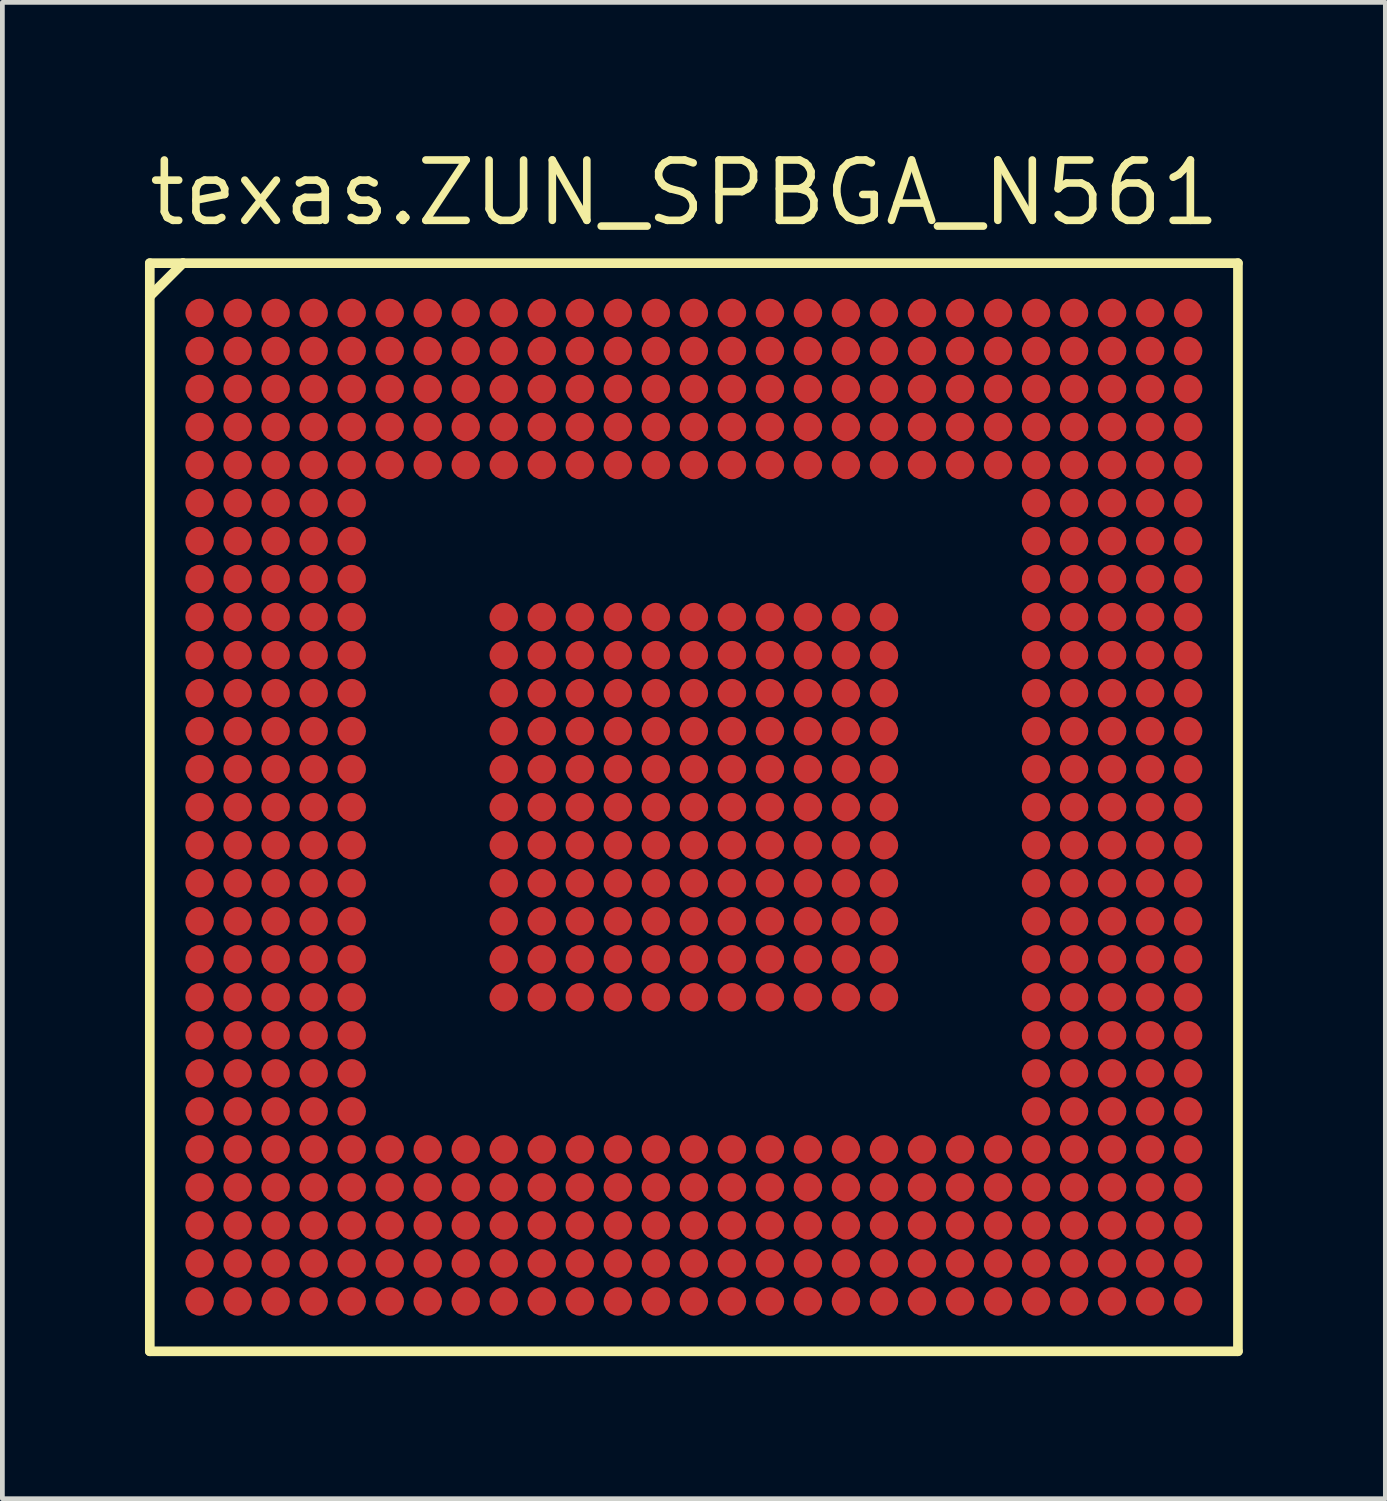
<source format=kicad_pcb>
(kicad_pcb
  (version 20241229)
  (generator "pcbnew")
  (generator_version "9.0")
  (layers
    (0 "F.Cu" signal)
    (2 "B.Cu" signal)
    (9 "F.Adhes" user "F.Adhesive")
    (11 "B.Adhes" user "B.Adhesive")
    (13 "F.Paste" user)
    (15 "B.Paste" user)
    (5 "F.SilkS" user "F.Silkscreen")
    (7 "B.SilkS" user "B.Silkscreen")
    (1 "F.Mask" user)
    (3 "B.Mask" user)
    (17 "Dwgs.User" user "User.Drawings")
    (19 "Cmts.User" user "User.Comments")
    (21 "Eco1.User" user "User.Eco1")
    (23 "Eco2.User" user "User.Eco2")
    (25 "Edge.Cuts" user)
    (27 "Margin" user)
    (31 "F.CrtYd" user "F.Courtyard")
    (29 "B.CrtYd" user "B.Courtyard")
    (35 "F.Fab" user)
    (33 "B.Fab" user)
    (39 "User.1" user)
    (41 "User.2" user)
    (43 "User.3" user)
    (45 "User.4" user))
  (footprint "texas.ZUN_SPBGA_N561"
    (layer "F.Cu")
    (at 11.55 13.935)
    (property "Reference" "texas.ZUN_SPBGA_N561" (at -11.55 -12.185 0) (layer "F.SilkS") (effects (font (size 1.27 1.27) (thickness 0.16)) (justify left bottom)))
    (attr smd)
    (fp_circle (center -10.4 -10.4) (end -10.15 -10.4) (stroke (width 0.1) (type default)) (fill no) (layer "F.Mask"))
    (fp_circle (center -10.4 -9.6) (end -10.15 -9.6) (stroke (width 0.1) (type default)) (fill no) (layer "F.Mask"))
    (fp_circle (center -10.4 -8.8) (end -10.15 -8.8) (stroke (width 0.1) (type default)) (fill no) (layer "F.Mask"))
    (fp_circle (center -10.4 -8) (end -10.15 -8) (stroke (width 0.1) (type default)) (fill no) (layer "F.Mask"))
    (fp_circle (center -10.4 -7.2) (end -10.15 -7.2) (stroke (width 0.1) (type default)) (fill no) (layer "F.Mask"))
    (fp_circle (center -10.4 -6.4) (end -10.15 -6.4) (stroke (width 0.1) (type default)) (fill no) (layer "F.Mask"))
    (fp_circle (center -10.4 -5.6) (end -10.15 -5.6) (stroke (width 0.1) (type default)) (fill no) (layer "F.Mask"))
    (fp_circle (center -10.4 -4.8) (end -10.15 -4.8) (stroke (width 0.1) (type default)) (fill no) (layer "F.Mask"))
    (fp_circle (center -10.4 -4) (end -10.15 -4) (stroke (width 0.1) (type default)) (fill no) (layer "F.Mask"))
    (fp_circle (center -10.4 -3.2) (end -10.15 -3.2) (stroke (width 0.1) (type default)) (fill no) (layer "F.Mask"))
    (fp_circle (center -10.4 -2.4) (end -10.15 -2.4) (stroke (width 0.1) (type default)) (fill no) (layer "F.Mask"))
    (fp_circle (center -10.4 -1.6) (end -10.15 -1.6) (stroke (width 0.1) (type default)) (fill no) (layer "F.Mask"))
    (fp_circle (center -10.4 -0.8) (end -10.15 -0.8) (stroke (width 0.1) (type default)) (fill no) (layer "F.Mask"))
    (fp_circle (center -10.4 0) (end -10.15 0) (stroke (width 0.1) (type default)) (fill no) (layer "F.Mask"))
    (fp_circle (center -10.4 0.8) (end -10.15 0.8) (stroke (width 0.1) (type default)) (fill no) (layer "F.Mask"))
    (fp_circle (center -10.4 1.6) (end -10.15 1.6) (stroke (width 0.1) (type default)) (fill no) (layer "F.Mask"))
    (fp_circle (center -10.4 2.4) (end -10.15 2.4) (stroke (width 0.1) (type default)) (fill no) (layer "F.Mask"))
    (fp_circle (center -10.4 3.2) (end -10.15 3.2) (stroke (width 0.1) (type default)) (fill no) (layer "F.Mask"))
    (fp_circle (center -10.4 4) (end -10.15 4) (stroke (width 0.1) (type default)) (fill no) (layer "F.Mask"))
    (fp_circle (center -10.4 4.8) (end -10.15 4.8) (stroke (width 0.1) (type default)) (fill no) (layer "F.Mask"))
    (fp_circle (center -10.4 5.6) (end -10.15 5.6) (stroke (width 0.1) (type default)) (fill no) (layer "F.Mask"))
    (fp_circle (center -10.4 6.4) (end -10.15 6.4) (stroke (width 0.1) (type default)) (fill no) (layer "F.Mask"))
    (fp_circle (center -10.4 7.2) (end -10.15 7.2) (stroke (width 0.1) (type default)) (fill no) (layer "F.Mask"))
    (fp_circle (center -10.4 8) (end -10.15 8) (stroke (width 0.1) (type default)) (fill no) (layer "F.Mask"))
    (fp_circle (center -10.4 8.8) (end -10.15 8.8) (stroke (width 0.1) (type default)) (fill no) (layer "F.Mask"))
    (fp_circle (center -10.4 9.6) (end -10.15 9.6) (stroke (width 0.1) (type default)) (fill no) (layer "F.Mask"))
    (fp_circle (center -10.4 10.4) (end -10.15 10.4) (stroke (width 0.1) (type default)) (fill no) (layer "F.Mask"))
    (fp_circle (center -9.6 -10.4) (end -9.35 -10.4) (stroke (width 0.1) (type default)) (fill no) (layer "F.Mask"))
    (fp_circle (center -9.6 -9.6) (end -9.35 -9.6) (stroke (width 0.1) (type default)) (fill no) (layer "F.Mask"))
    (fp_circle (center -9.6 -8.8) (end -9.35 -8.8) (stroke (width 0.1) (type default)) (fill no) (layer "F.Mask"))
    (fp_circle (center -9.6 -8) (end -9.35 -8) (stroke (width 0.1) (type default)) (fill no) (layer "F.Mask"))
    (fp_circle (center -9.6 -7.2) (end -9.35 -7.2) (stroke (width 0.1) (type default)) (fill no) (layer "F.Mask"))
    (fp_circle (center -9.6 -6.4) (end -9.35 -6.4) (stroke (width 0.1) (type default)) (fill no) (layer "F.Mask"))
    (fp_circle (center -9.6 -5.6) (end -9.35 -5.6) (stroke (width 0.1) (type default)) (fill no) (layer "F.Mask"))
    (fp_circle (center -9.6 -4.8) (end -9.35 -4.8) (stroke (width 0.1) (type default)) (fill no) (layer "F.Mask"))
    (fp_circle (center -9.6 -4) (end -9.35 -4) (stroke (width 0.1) (type default)) (fill no) (layer "F.Mask"))
    (fp_circle (center -9.6 -3.2) (end -9.35 -3.2) (stroke (width 0.1) (type default)) (fill no) (layer "F.Mask"))
    (fp_circle (center -9.6 -2.4) (end -9.35 -2.4) (stroke (width 0.1) (type default)) (fill no) (layer "F.Mask"))
    (fp_circle (center -9.6 -1.6) (end -9.35 -1.6) (stroke (width 0.1) (type default)) (fill no) (layer "F.Mask"))
    (fp_circle (center -9.6 -0.8) (end -9.35 -0.8) (stroke (width 0.1) (type default)) (fill no) (layer "F.Mask"))
    (fp_circle (center -9.6 0) (end -9.35 0) (stroke (width 0.1) (type default)) (fill no) (layer "F.Mask"))
    (fp_circle (center -9.6 0.8) (end -9.35 0.8) (stroke (width 0.1) (type default)) (fill no) (layer "F.Mask"))
    (fp_circle (center -9.6 1.6) (end -9.35 1.6) (stroke (width 0.1) (type default)) (fill no) (layer "F.Mask"))
    (fp_circle (center -9.6 2.4) (end -9.35 2.4) (stroke (width 0.1) (type default)) (fill no) (layer "F.Mask"))
    (fp_circle (center -9.6 3.2) (end -9.35 3.2) (stroke (width 0.1) (type default)) (fill no) (layer "F.Mask"))
    (fp_circle (center -9.6 4) (end -9.35 4) (stroke (width 0.1) (type default)) (fill no) (layer "F.Mask"))
    (fp_circle (center -9.6 4.8) (end -9.35 4.8) (stroke (width 0.1) (type default)) (fill no) (layer "F.Mask"))
    (fp_circle (center -9.6 5.6) (end -9.35 5.6) (stroke (width 0.1) (type default)) (fill no) (layer "F.Mask"))
    (fp_circle (center -9.6 6.4) (end -9.35 6.4) (stroke (width 0.1) (type default)) (fill no) (layer "F.Mask"))
    (fp_circle (center -9.6 7.2) (end -9.35 7.2) (stroke (width 0.1) (type default)) (fill no) (layer "F.Mask"))
    (fp_circle (center -9.6 8) (end -9.35 8) (stroke (width 0.1) (type default)) (fill no) (layer "F.Mask"))
    (fp_circle (center -9.6 8.8) (end -9.35 8.8) (stroke (width 0.1) (type default)) (fill no) (layer "F.Mask"))
    (fp_circle (center -9.6 9.6) (end -9.35 9.6) (stroke (width 0.1) (type default)) (fill no) (layer "F.Mask"))
    (fp_circle (center -9.6 10.4) (end -9.35 10.4) (stroke (width 0.1) (type default)) (fill no) (layer "F.Mask"))
    (fp_circle (center -8.8 -10.4) (end -8.55 -10.4) (stroke (width 0.1) (type default)) (fill no) (layer "F.Mask"))
    (fp_circle (center -8.8 -9.6) (end -8.55 -9.6) (stroke (width 0.1) (type default)) (fill no) (layer "F.Mask"))
    (fp_circle (center -8.8 -8.8) (end -8.55 -8.8) (stroke (width 0.1) (type default)) (fill no) (layer "F.Mask"))
    (fp_circle (center -8.8 -8) (end -8.55 -8) (stroke (width 0.1) (type default)) (fill no) (layer "F.Mask"))
    (fp_circle (center -8.8 -7.2) (end -8.55 -7.2) (stroke (width 0.1) (type default)) (fill no) (layer "F.Mask"))
    (fp_circle (center -8.8 -6.4) (end -8.55 -6.4) (stroke (width 0.1) (type default)) (fill no) (layer "F.Mask"))
    (fp_circle (center -8.8 -5.6) (end -8.55 -5.6) (stroke (width 0.1) (type default)) (fill no) (layer "F.Mask"))
    (fp_circle (center -8.8 -4.8) (end -8.55 -4.8) (stroke (width 0.1) (type default)) (fill no) (layer "F.Mask"))
    (fp_circle (center -8.8 -4) (end -8.55 -4) (stroke (width 0.1) (type default)) (fill no) (layer "F.Mask"))
    (fp_circle (center -8.8 -3.2) (end -8.55 -3.2) (stroke (width 0.1) (type default)) (fill no) (layer "F.Mask"))
    (fp_circle (center -8.8 -2.4) (end -8.55 -2.4) (stroke (width 0.1) (type default)) (fill no) (layer "F.Mask"))
    (fp_circle (center -8.8 -1.6) (end -8.55 -1.6) (stroke (width 0.1) (type default)) (fill no) (layer "F.Mask"))
    (fp_circle (center -8.8 -0.8) (end -8.55 -0.8) (stroke (width 0.1) (type default)) (fill no) (layer "F.Mask"))
    (fp_circle (center -8.8 0) (end -8.55 0) (stroke (width 0.1) (type default)) (fill no) (layer "F.Mask"))
    (fp_circle (center -8.8 0.8) (end -8.55 0.8) (stroke (width 0.1) (type default)) (fill no) (layer "F.Mask"))
    (fp_circle (center -8.8 1.6) (end -8.55 1.6) (stroke (width 0.1) (type default)) (fill no) (layer "F.Mask"))
    (fp_circle (center -8.8 2.4) (end -8.55 2.4) (stroke (width 0.1) (type default)) (fill no) (layer "F.Mask"))
    (fp_circle (center -8.8 3.2) (end -8.55 3.2) (stroke (width 0.1) (type default)) (fill no) (layer "F.Mask"))
    (fp_circle (center -8.8 4) (end -8.55 4) (stroke (width 0.1) (type default)) (fill no) (layer "F.Mask"))
    (fp_circle (center -8.8 4.8) (end -8.55 4.8) (stroke (width 0.1) (type default)) (fill no) (layer "F.Mask"))
    (fp_circle (center -8.8 5.6) (end -8.55 5.6) (stroke (width 0.1) (type default)) (fill no) (layer "F.Mask"))
    (fp_circle (center -8.8 6.4) (end -8.55 6.4) (stroke (width 0.1) (type default)) (fill no) (layer "F.Mask"))
    (fp_circle (center -8.8 7.2) (end -8.55 7.2) (stroke (width 0.1) (type default)) (fill no) (layer "F.Mask"))
    (fp_circle (center -8.8 8) (end -8.55 8) (stroke (width 0.1) (type default)) (fill no) (layer "F.Mask"))
    (fp_circle (center -8.8 8.8) (end -8.55 8.8) (stroke (width 0.1) (type default)) (fill no) (layer "F.Mask"))
    (fp_circle (center -8.8 9.6) (end -8.55 9.6) (stroke (width 0.1) (type default)) (fill no) (layer "F.Mask"))
    (fp_circle (center -8.8 10.4) (end -8.55 10.4) (stroke (width 0.1) (type default)) (fill no) (layer "F.Mask"))
    (fp_circle (center -8 -10.4) (end -7.75 -10.4) (stroke (width 0.1) (type default)) (fill no) (layer "F.Mask"))
    (fp_circle (center -8 -9.6) (end -7.75 -9.6) (stroke (width 0.1) (type default)) (fill no) (layer "F.Mask"))
    (fp_circle (center -8 -8.8) (end -7.75 -8.8) (stroke (width 0.1) (type default)) (fill no) (layer "F.Mask"))
    (fp_circle (center -8 -8) (end -7.75 -8) (stroke (width 0.1) (type default)) (fill no) (layer "F.Mask"))
    (fp_circle (center -8 -7.2) (end -7.75 -7.2) (stroke (width 0.1) (type default)) (fill no) (layer "F.Mask"))
    (fp_circle (center -8 -6.4) (end -7.75 -6.4) (stroke (width 0.1) (type default)) (fill no) (layer "F.Mask"))
    (fp_circle (center -8 -5.6) (end -7.75 -5.6) (stroke (width 0.1) (type default)) (fill no) (layer "F.Mask"))
    (fp_circle (center -8 -4.8) (end -7.75 -4.8) (stroke (width 0.1) (type default)) (fill no) (layer "F.Mask"))
    (fp_circle (center -8 -4) (end -7.75 -4) (stroke (width 0.1) (type default)) (fill no) (layer "F.Mask"))
    (fp_circle (center -8 -3.2) (end -7.75 -3.2) (stroke (width 0.1) (type default)) (fill no) (layer "F.Mask"))
    (fp_circle (center -8 -2.4) (end -7.75 -2.4) (stroke (width 0.1) (type default)) (fill no) (layer "F.Mask"))
    (fp_circle (center -8 -1.6) (end -7.75 -1.6) (stroke (width 0.1) (type default)) (fill no) (layer "F.Mask"))
    (fp_circle (center -8 -0.8) (end -7.75 -0.8) (stroke (width 0.1) (type default)) (fill no) (layer "F.Mask"))
    (fp_circle (center -8 0) (end -7.75 0) (stroke (width 0.1) (type default)) (fill no) (layer "F.Mask"))
    (fp_circle (center -8 0.8) (end -7.75 0.8) (stroke (width 0.1) (type default)) (fill no) (layer "F.Mask"))
    (fp_circle (center -8 1.6) (end -7.75 1.6) (stroke (width 0.1) (type default)) (fill no) (layer "F.Mask"))
    (fp_circle (center -8 2.4) (end -7.75 2.4) (stroke (width 0.1) (type default)) (fill no) (layer "F.Mask"))
    (fp_circle (center -8 3.2) (end -7.75 3.2) (stroke (width 0.1) (type default)) (fill no) (layer "F.Mask"))
    (fp_circle (center -8 4) (end -7.75 4) (stroke (width 0.1) (type default)) (fill no) (layer "F.Mask"))
    (fp_circle (center -8 4.8) (end -7.75 4.8) (stroke (width 0.1) (type default)) (fill no) (layer "F.Mask"))
    (fp_circle (center -8 5.6) (end -7.75 5.6) (stroke (width 0.1) (type default)) (fill no) (layer "F.Mask"))
    (fp_circle (center -8 6.4) (end -7.75 6.4) (stroke (width 0.1) (type default)) (fill no) (layer "F.Mask"))
    (fp_circle (center -8 7.2) (end -7.75 7.2) (stroke (width 0.1) (type default)) (fill no) (layer "F.Mask"))
    (fp_circle (center -8 8) (end -7.75 8) (stroke (width 0.1) (type default)) (fill no) (layer "F.Mask"))
    (fp_circle (center -8 8.8) (end -7.75 8.8) (stroke (width 0.1) (type default)) (fill no) (layer "F.Mask"))
    (fp_circle (center -8 9.6) (end -7.75 9.6) (stroke (width 0.1) (type default)) (fill no) (layer "F.Mask"))
    (fp_circle (center -8 10.4) (end -7.75 10.4) (stroke (width 0.1) (type default)) (fill no) (layer "F.Mask"))
    (fp_circle (center -7.2 -10.4) (end -6.95 -10.4) (stroke (width 0.1) (type default)) (fill no) (layer "F.Mask"))
    (fp_circle (center -7.2 -9.6) (end -6.95 -9.6) (stroke (width 0.1) (type default)) (fill no) (layer "F.Mask"))
    (fp_circle (center -7.2 -8.8) (end -6.95 -8.8) (stroke (width 0.1) (type default)) (fill no) (layer "F.Mask"))
    (fp_circle (center -7.2 -8) (end -6.95 -8) (stroke (width 0.1) (type default)) (fill no) (layer "F.Mask"))
    (fp_circle (center -7.2 -7.2) (end -6.95 -7.2) (stroke (width 0.1) (type default)) (fill no) (layer "F.Mask"))
    (fp_circle (center -7.2 -6.4) (end -6.95 -6.4) (stroke (width 0.1) (type default)) (fill no) (layer "F.Mask"))
    (fp_circle (center -7.2 -5.6) (end -6.95 -5.6) (stroke (width 0.1) (type default)) (fill no) (layer "F.Mask"))
    (fp_circle (center -7.2 -4.8) (end -6.95 -4.8) (stroke (width 0.1) (type default)) (fill no) (layer "F.Mask"))
    (fp_circle (center -7.2 -4) (end -6.95 -4) (stroke (width 0.1) (type default)) (fill no) (layer "F.Mask"))
    (fp_circle (center -7.2 -3.2) (end -6.95 -3.2) (stroke (width 0.1) (type default)) (fill no) (layer "F.Mask"))
    (fp_circle (center -7.2 -2.4) (end -6.95 -2.4) (stroke (width 0.1) (type default)) (fill no) (layer "F.Mask"))
    (fp_circle (center -7.2 -1.6) (end -6.95 -1.6) (stroke (width 0.1) (type default)) (fill no) (layer "F.Mask"))
    (fp_circle (center -7.2 -0.8) (end -6.95 -0.8) (stroke (width 0.1) (type default)) (fill no) (layer "F.Mask"))
    (fp_circle (center -7.2 0) (end -6.95 0) (stroke (width 0.1) (type default)) (fill no) (layer "F.Mask"))
    (fp_circle (center -7.2 0.8) (end -6.95 0.8) (stroke (width 0.1) (type default)) (fill no) (layer "F.Mask"))
    (fp_circle (center -7.2 1.6) (end -6.95 1.6) (stroke (width 0.1) (type default)) (fill no) (layer "F.Mask"))
    (fp_circle (center -7.2 2.4) (end -6.95 2.4) (stroke (width 0.1) (type default)) (fill no) (layer "F.Mask"))
    (fp_circle (center -7.2 3.2) (end -6.95 3.2) (stroke (width 0.1) (type default)) (fill no) (layer "F.Mask"))
    (fp_circle (center -7.2 4) (end -6.95 4) (stroke (width 0.1) (type default)) (fill no) (layer "F.Mask"))
    (fp_circle (center -7.2 4.8) (end -6.95 4.8) (stroke (width 0.1) (type default)) (fill no) (layer "F.Mask"))
    (fp_circle (center -7.2 5.6) (end -6.95 5.6) (stroke (width 0.1) (type default)) (fill no) (layer "F.Mask"))
    (fp_circle (center -7.2 6.4) (end -6.95 6.4) (stroke (width 0.1) (type default)) (fill no) (layer "F.Mask"))
    (fp_circle (center -7.2 7.2) (end -6.95 7.2) (stroke (width 0.1) (type default)) (fill no) (layer "F.Mask"))
    (fp_circle (center -7.2 8) (end -6.95 8) (stroke (width 0.1) (type default)) (fill no) (layer "F.Mask"))
    (fp_circle (center -7.2 8.8) (end -6.95 8.8) (stroke (width 0.1) (type default)) (fill no) (layer "F.Mask"))
    (fp_circle (center -7.2 9.6) (end -6.95 9.6) (stroke (width 0.1) (type default)) (fill no) (layer "F.Mask"))
    (fp_circle (center -7.2 10.4) (end -6.95 10.4) (stroke (width 0.1) (type default)) (fill no) (layer "F.Mask"))
    (fp_circle (center -6.4 -10.4) (end -6.15 -10.4) (stroke (width 0.1) (type default)) (fill no) (layer "F.Mask"))
    (fp_circle (center -6.4 -9.6) (end -6.15 -9.6) (stroke (width 0.1) (type default)) (fill no) (layer "F.Mask"))
    (fp_circle (center -6.4 -8.8) (end -6.15 -8.8) (stroke (width 0.1) (type default)) (fill no) (layer "F.Mask"))
    (fp_circle (center -6.4 -8) (end -6.15 -8) (stroke (width 0.1) (type default)) (fill no) (layer "F.Mask"))
    (fp_circle (center -6.4 -7.2) (end -6.15 -7.2) (stroke (width 0.1) (type default)) (fill no) (layer "F.Mask"))
    (fp_circle (center -6.4 7.2) (end -6.15 7.2) (stroke (width 0.1) (type default)) (fill no) (layer "F.Mask"))
    (fp_circle (center -6.4 8) (end -6.15 8) (stroke (width 0.1) (type default)) (fill no) (layer "F.Mask"))
    (fp_circle (center -6.4 8.8) (end -6.15 8.8) (stroke (width 0.1) (type default)) (fill no) (layer "F.Mask"))
    (fp_circle (center -6.4 9.6) (end -6.15 9.6) (stroke (width 0.1) (type default)) (fill no) (layer "F.Mask"))
    (fp_circle (center -6.4 10.4) (end -6.15 10.4) (stroke (width 0.1) (type default)) (fill no) (layer "F.Mask"))
    (fp_circle (center -5.6 -10.4) (end -5.35 -10.4) (stroke (width 0.1) (type default)) (fill no) (layer "F.Mask"))
    (fp_circle (center -5.6 -9.6) (end -5.35 -9.6) (stroke (width 0.1) (type default)) (fill no) (layer "F.Mask"))
    (fp_circle (center -5.6 -8.8) (end -5.35 -8.8) (stroke (width 0.1) (type default)) (fill no) (layer "F.Mask"))
    (fp_circle (center -5.6 -8) (end -5.35 -8) (stroke (width 0.1) (type default)) (fill no) (layer "F.Mask"))
    (fp_circle (center -5.6 -7.2) (end -5.35 -7.2) (stroke (width 0.1) (type default)) (fill no) (layer "F.Mask"))
    (fp_circle (center -5.6 7.2) (end -5.35 7.2) (stroke (width 0.1) (type default)) (fill no) (layer "F.Mask"))
    (fp_circle (center -5.6 8) (end -5.35 8) (stroke (width 0.1) (type default)) (fill no) (layer "F.Mask"))
    (fp_circle (center -5.6 8.8) (end -5.35 8.8) (stroke (width 0.1) (type default)) (fill no) (layer "F.Mask"))
    (fp_circle (center -5.6 9.6) (end -5.35 9.6) (stroke (width 0.1) (type default)) (fill no) (layer "F.Mask"))
    (fp_circle (center -5.6 10.4) (end -5.35 10.4) (stroke (width 0.1) (type default)) (fill no) (layer "F.Mask"))
    (fp_circle (center -4.8 -10.4) (end -4.55 -10.4) (stroke (width 0.1) (type default)) (fill no) (layer "F.Mask"))
    (fp_circle (center -4.8 -9.6) (end -4.55 -9.6) (stroke (width 0.1) (type default)) (fill no) (layer "F.Mask"))
    (fp_circle (center -4.8 -8.8) (end -4.55 -8.8) (stroke (width 0.1) (type default)) (fill no) (layer "F.Mask"))
    (fp_circle (center -4.8 -8) (end -4.55 -8) (stroke (width 0.1) (type default)) (fill no) (layer "F.Mask"))
    (fp_circle (center -4.8 -7.2) (end -4.55 -7.2) (stroke (width 0.1) (type default)) (fill no) (layer "F.Mask"))
    (fp_circle (center -4.8 7.2) (end -4.55 7.2) (stroke (width 0.1) (type default)) (fill no) (layer "F.Mask"))
    (fp_circle (center -4.8 8) (end -4.55 8) (stroke (width 0.1) (type default)) (fill no) (layer "F.Mask"))
    (fp_circle (center -4.8 8.8) (end -4.55 8.8) (stroke (width 0.1) (type default)) (fill no) (layer "F.Mask"))
    (fp_circle (center -4.8 9.6) (end -4.55 9.6) (stroke (width 0.1) (type default)) (fill no) (layer "F.Mask"))
    (fp_circle (center -4.8 10.4) (end -4.55 10.4) (stroke (width 0.1) (type default)) (fill no) (layer "F.Mask"))
    (fp_circle (center -4 -10.4) (end -3.75 -10.4) (stroke (width 0.1) (type default)) (fill no) (layer "F.Mask"))
    (fp_circle (center -4 -9.6) (end -3.75 -9.6) (stroke (width 0.1) (type default)) (fill no) (layer "F.Mask"))
    (fp_circle (center -4 -8.8) (end -3.75 -8.8) (stroke (width 0.1) (type default)) (fill no) (layer "F.Mask"))
    (fp_circle (center -4 -8) (end -3.75 -8) (stroke (width 0.1) (type default)) (fill no) (layer "F.Mask"))
    (fp_circle (center -4 -7.2) (end -3.75 -7.2) (stroke (width 0.1) (type default)) (fill no) (layer "F.Mask"))
    (fp_circle (center -4 -4) (end -3.75 -4) (stroke (width 0.1) (type default)) (fill no) (layer "F.Mask"))
    (fp_circle (center -4 -3.2) (end -3.75 -3.2) (stroke (width 0.1) (type default)) (fill no) (layer "F.Mask"))
    (fp_circle (center -4 -2.4) (end -3.75 -2.4) (stroke (width 0.1) (type default)) (fill no) (layer "F.Mask"))
    (fp_circle (center -4 -1.6) (end -3.75 -1.6) (stroke (width 0.1) (type default)) (fill no) (layer "F.Mask"))
    (fp_circle (center -4 -0.8) (end -3.75 -0.8) (stroke (width 0.1) (type default)) (fill no) (layer "F.Mask"))
    (fp_circle (center -4 0) (end -3.75 0) (stroke (width 0.1) (type default)) (fill no) (layer "F.Mask"))
    (fp_circle (center -4 0.8) (end -3.75 0.8) (stroke (width 0.1) (type default)) (fill no) (layer "F.Mask"))
    (fp_circle (center -4 1.6) (end -3.75 1.6) (stroke (width 0.1) (type default)) (fill no) (layer "F.Mask"))
    (fp_circle (center -4 2.4) (end -3.75 2.4) (stroke (width 0.1) (type default)) (fill no) (layer "F.Mask"))
    (fp_circle (center -4 3.2) (end -3.75 3.2) (stroke (width 0.1) (type default)) (fill no) (layer "F.Mask"))
    (fp_circle (center -4 4) (end -3.75 4) (stroke (width 0.1) (type default)) (fill no) (layer "F.Mask"))
    (fp_circle (center -4 7.2) (end -3.75 7.2) (stroke (width 0.1) (type default)) (fill no) (layer "F.Mask"))
    (fp_circle (center -4 8) (end -3.75 8) (stroke (width 0.1) (type default)) (fill no) (layer "F.Mask"))
    (fp_circle (center -4 8.8) (end -3.75 8.8) (stroke (width 0.1) (type default)) (fill no) (layer "F.Mask"))
    (fp_circle (center -4 9.6) (end -3.75 9.6) (stroke (width 0.1) (type default)) (fill no) (layer "F.Mask"))
    (fp_circle (center -4 10.4) (end -3.75 10.4) (stroke (width 0.1) (type default)) (fill no) (layer "F.Mask"))
    (fp_circle (center -3.2 -10.4) (end -2.95 -10.4) (stroke (width 0.1) (type default)) (fill no) (layer "F.Mask"))
    (fp_circle (center -3.2 -9.6) (end -2.95 -9.6) (stroke (width 0.1) (type default)) (fill no) (layer "F.Mask"))
    (fp_circle (center -3.2 -8.8) (end -2.95 -8.8) (stroke (width 0.1) (type default)) (fill no) (layer "F.Mask"))
    (fp_circle (center -3.2 -8) (end -2.95 -8) (stroke (width 0.1) (type default)) (fill no) (layer "F.Mask"))
    (fp_circle (center -3.2 -7.2) (end -2.95 -7.2) (stroke (width 0.1) (type default)) (fill no) (layer "F.Mask"))
    (fp_circle (center -3.2 -4) (end -2.95 -4) (stroke (width 0.1) (type default)) (fill no) (layer "F.Mask"))
    (fp_circle (center -3.2 -3.2) (end -2.95 -3.2) (stroke (width 0.1) (type default)) (fill no) (layer "F.Mask"))
    (fp_circle (center -3.2 -2.4) (end -2.95 -2.4) (stroke (width 0.1) (type default)) (fill no) (layer "F.Mask"))
    (fp_circle (center -3.2 -1.6) (end -2.95 -1.6) (stroke (width 0.1) (type default)) (fill no) (layer "F.Mask"))
    (fp_circle (center -3.2 -0.8) (end -2.95 -0.8) (stroke (width 0.1) (type default)) (fill no) (layer "F.Mask"))
    (fp_circle (center -3.2 0) (end -2.95 0) (stroke (width 0.1) (type default)) (fill no) (layer "F.Mask"))
    (fp_circle (center -3.2 0.8) (end -2.95 0.8) (stroke (width 0.1) (type default)) (fill no) (layer "F.Mask"))
    (fp_circle (center -3.2 1.6) (end -2.95 1.6) (stroke (width 0.1) (type default)) (fill no) (layer "F.Mask"))
    (fp_circle (center -3.2 2.4) (end -2.95 2.4) (stroke (width 0.1) (type default)) (fill no) (layer "F.Mask"))
    (fp_circle (center -3.2 3.2) (end -2.95 3.2) (stroke (width 0.1) (type default)) (fill no) (layer "F.Mask"))
    (fp_circle (center -3.2 4) (end -2.95 4) (stroke (width 0.1) (type default)) (fill no) (layer "F.Mask"))
    (fp_circle (center -3.2 7.2) (end -2.95 7.2) (stroke (width 0.1) (type default)) (fill no) (layer "F.Mask"))
    (fp_circle (center -3.2 8) (end -2.95 8) (stroke (width 0.1) (type default)) (fill no) (layer "F.Mask"))
    (fp_circle (center -3.2 8.8) (end -2.95 8.8) (stroke (width 0.1) (type default)) (fill no) (layer "F.Mask"))
    (fp_circle (center -3.2 9.6) (end -2.95 9.6) (stroke (width 0.1) (type default)) (fill no) (layer "F.Mask"))
    (fp_circle (center -3.2 10.4) (end -2.95 10.4) (stroke (width 0.1) (type default)) (fill no) (layer "F.Mask"))
    (fp_circle (center -2.4 -10.4) (end -2.15 -10.4) (stroke (width 0.1) (type default)) (fill no) (layer "F.Mask"))
    (fp_circle (center -2.4 -9.6) (end -2.15 -9.6) (stroke (width 0.1) (type default)) (fill no) (layer "F.Mask"))
    (fp_circle (center -2.4 -8.8) (end -2.15 -8.8) (stroke (width 0.1) (type default)) (fill no) (layer "F.Mask"))
    (fp_circle (center -2.4 -8) (end -2.15 -8) (stroke (width 0.1) (type default)) (fill no) (layer "F.Mask"))
    (fp_circle (center -2.4 -7.2) (end -2.15 -7.2) (stroke (width 0.1) (type default)) (fill no) (layer "F.Mask"))
    (fp_circle (center -2.4 -4) (end -2.15 -4) (stroke (width 0.1) (type default)) (fill no) (layer "F.Mask"))
    (fp_circle (center -2.4 -3.2) (end -2.15 -3.2) (stroke (width 0.1) (type default)) (fill no) (layer "F.Mask"))
    (fp_circle (center -2.4 -2.4) (end -2.15 -2.4) (stroke (width 0.1) (type default)) (fill no) (layer "F.Mask"))
    (fp_circle (center -2.4 -1.6) (end -2.15 -1.6) (stroke (width 0.1) (type default)) (fill no) (layer "F.Mask"))
    (fp_circle (center -2.4 -0.8) (end -2.15 -0.8) (stroke (width 0.1) (type default)) (fill no) (layer "F.Mask"))
    (fp_circle (center -2.4 0) (end -2.15 0) (stroke (width 0.1) (type default)) (fill no) (layer "F.Mask"))
    (fp_circle (center -2.4 0.8) (end -2.15 0.8) (stroke (width 0.1) (type default)) (fill no) (layer "F.Mask"))
    (fp_circle (center -2.4 1.6) (end -2.15 1.6) (stroke (width 0.1) (type default)) (fill no) (layer "F.Mask"))
    (fp_circle (center -2.4 2.4) (end -2.15 2.4) (stroke (width 0.1) (type default)) (fill no) (layer "F.Mask"))
    (fp_circle (center -2.4 3.2) (end -2.15 3.2) (stroke (width 0.1) (type default)) (fill no) (layer "F.Mask"))
    (fp_circle (center -2.4 4) (end -2.15 4) (stroke (width 0.1) (type default)) (fill no) (layer "F.Mask"))
    (fp_circle (center -2.4 7.2) (end -2.15 7.2) (stroke (width 0.1) (type default)) (fill no) (layer "F.Mask"))
    (fp_circle (center -2.4 8) (end -2.15 8) (stroke (width 0.1) (type default)) (fill no) (layer "F.Mask"))
    (fp_circle (center -2.4 8.8) (end -2.15 8.8) (stroke (width 0.1) (type default)) (fill no) (layer "F.Mask"))
    (fp_circle (center -2.4 9.6) (end -2.15 9.6) (stroke (width 0.1) (type default)) (fill no) (layer "F.Mask"))
    (fp_circle (center -2.4 10.4) (end -2.15 10.4) (stroke (width 0.1) (type default)) (fill no) (layer "F.Mask"))
    (fp_circle (center -1.6 -10.4) (end -1.35 -10.4) (stroke (width 0.1) (type default)) (fill no) (layer "F.Mask"))
    (fp_circle (center -1.6 -9.6) (end -1.35 -9.6) (stroke (width 0.1) (type default)) (fill no) (layer "F.Mask"))
    (fp_circle (center -1.6 -8.8) (end -1.35 -8.8) (stroke (width 0.1) (type default)) (fill no) (layer "F.Mask"))
    (fp_circle (center -1.6 -8) (end -1.35 -8) (stroke (width 0.1) (type default)) (fill no) (layer "F.Mask"))
    (fp_circle (center -1.6 -7.2) (end -1.35 -7.2) (stroke (width 0.1) (type default)) (fill no) (layer "F.Mask"))
    (fp_circle (center -1.6 -4) (end -1.35 -4) (stroke (width 0.1) (type default)) (fill no) (layer "F.Mask"))
    (fp_circle (center -1.6 -3.2) (end -1.35 -3.2) (stroke (width 0.1) (type default)) (fill no) (layer "F.Mask"))
    (fp_circle (center -1.6 -2.4) (end -1.35 -2.4) (stroke (width 0.1) (type default)) (fill no) (layer "F.Mask"))
    (fp_circle (center -1.6 -1.6) (end -1.35 -1.6) (stroke (width 0.1) (type default)) (fill no) (layer "F.Mask"))
    (fp_circle (center -1.6 -0.8) (end -1.35 -0.8) (stroke (width 0.1) (type default)) (fill no) (layer "F.Mask"))
    (fp_circle (center -1.6 0) (end -1.35 0) (stroke (width 0.1) (type default)) (fill no) (layer "F.Mask"))
    (fp_circle (center -1.6 0.8) (end -1.35 0.8) (stroke (width 0.1) (type default)) (fill no) (layer "F.Mask"))
    (fp_circle (center -1.6 1.6) (end -1.35 1.6) (stroke (width 0.1) (type default)) (fill no) (layer "F.Mask"))
    (fp_circle (center -1.6 2.4) (end -1.35 2.4) (stroke (width 0.1) (type default)) (fill no) (layer "F.Mask"))
    (fp_circle (center -1.6 3.2) (end -1.35 3.2) (stroke (width 0.1) (type default)) (fill no) (layer "F.Mask"))
    (fp_circle (center -1.6 4) (end -1.35 4) (stroke (width 0.1) (type default)) (fill no) (layer "F.Mask"))
    (fp_circle (center -1.6 7.2) (end -1.35 7.2) (stroke (width 0.1) (type default)) (fill no) (layer "F.Mask"))
    (fp_circle (center -1.6 8) (end -1.35 8) (stroke (width 0.1) (type default)) (fill no) (layer "F.Mask"))
    (fp_circle (center -1.6 8.8) (end -1.35 8.8) (stroke (width 0.1) (type default)) (fill no) (layer "F.Mask"))
    (fp_circle (center -1.6 9.6) (end -1.35 9.6) (stroke (width 0.1) (type default)) (fill no) (layer "F.Mask"))
    (fp_circle (center -1.6 10.4) (end -1.35 10.4) (stroke (width 0.1) (type default)) (fill no) (layer "F.Mask"))
    (fp_circle (center -0.8 -10.4) (end -0.55 -10.4) (stroke (width 0.1) (type default)) (fill no) (layer "F.Mask"))
    (fp_circle (center -0.8 -9.6) (end -0.55 -9.6) (stroke (width 0.1) (type default)) (fill no) (layer "F.Mask"))
    (fp_circle (center -0.8 -8.8) (end -0.55 -8.8) (stroke (width 0.1) (type default)) (fill no) (layer "F.Mask"))
    (fp_circle (center -0.8 -8) (end -0.55 -8) (stroke (width 0.1) (type default)) (fill no) (layer "F.Mask"))
    (fp_circle (center -0.8 -7.2) (end -0.55 -7.2) (stroke (width 0.1) (type default)) (fill no) (layer "F.Mask"))
    (fp_circle (center -0.8 -4) (end -0.55 -4) (stroke (width 0.1) (type default)) (fill no) (layer "F.Mask"))
    (fp_circle (center -0.8 -3.2) (end -0.55 -3.2) (stroke (width 0.1) (type default)) (fill no) (layer "F.Mask"))
    (fp_circle (center -0.8 -2.4) (end -0.55 -2.4) (stroke (width 0.1) (type default)) (fill no) (layer "F.Mask"))
    (fp_circle (center -0.8 -1.6) (end -0.55 -1.6) (stroke (width 0.1) (type default)) (fill no) (layer "F.Mask"))
    (fp_circle (center -0.8 -0.8) (end -0.55 -0.8) (stroke (width 0.1) (type default)) (fill no) (layer "F.Mask"))
    (fp_circle (center -0.8 0) (end -0.55 0) (stroke (width 0.1) (type default)) (fill no) (layer "F.Mask"))
    (fp_circle (center -0.8 0.8) (end -0.55 0.8) (stroke (width 0.1) (type default)) (fill no) (layer "F.Mask"))
    (fp_circle (center -0.8 1.6) (end -0.55 1.6) (stroke (width 0.1) (type default)) (fill no) (layer "F.Mask"))
    (fp_circle (center -0.8 2.4) (end -0.55 2.4) (stroke (width 0.1) (type default)) (fill no) (layer "F.Mask"))
    (fp_circle (center -0.8 3.2) (end -0.55 3.2) (stroke (width 0.1) (type default)) (fill no) (layer "F.Mask"))
    (fp_circle (center -0.8 4) (end -0.55 4) (stroke (width 0.1) (type default)) (fill no) (layer "F.Mask"))
    (fp_circle (center -0.8 7.2) (end -0.55 7.2) (stroke (width 0.1) (type default)) (fill no) (layer "F.Mask"))
    (fp_circle (center -0.8 8) (end -0.55 8) (stroke (width 0.1) (type default)) (fill no) (layer "F.Mask"))
    (fp_circle (center -0.8 8.8) (end -0.55 8.8) (stroke (width 0.1) (type default)) (fill no) (layer "F.Mask"))
    (fp_circle (center -0.8 9.6) (end -0.55 9.6) (stroke (width 0.1) (type default)) (fill no) (layer "F.Mask"))
    (fp_circle (center -0.8 10.4) (end -0.55 10.4) (stroke (width 0.1) (type default)) (fill no) (layer "F.Mask"))
    (fp_circle (center 0 -10.4) (end 0.25 -10.4) (stroke (width 0.1) (type default)) (fill no) (layer "F.Mask"))
    (fp_circle (center 0 -9.6) (end 0.25 -9.6) (stroke (width 0.1) (type default)) (fill no) (layer "F.Mask"))
    (fp_circle (center 0 -8.8) (end 0.25 -8.8) (stroke (width 0.1) (type default)) (fill no) (layer "F.Mask"))
    (fp_circle (center 0 -8) (end 0.25 -8) (stroke (width 0.1) (type default)) (fill no) (layer "F.Mask"))
    (fp_circle (center 0 -7.2) (end 0.25 -7.2) (stroke (width 0.1) (type default)) (fill no) (layer "F.Mask"))
    (fp_circle (center 0 -4) (end 0.25 -4) (stroke (width 0.1) (type default)) (fill no) (layer "F.Mask"))
    (fp_circle (center 0 -3.2) (end 0.25 -3.2) (stroke (width 0.1) (type default)) (fill no) (layer "F.Mask"))
    (fp_circle (center 0 -2.4) (end 0.25 -2.4) (stroke (width 0.1) (type default)) (fill no) (layer "F.Mask"))
    (fp_circle (center 0 -1.6) (end 0.25 -1.6) (stroke (width 0.1) (type default)) (fill no) (layer "F.Mask"))
    (fp_circle (center 0 -0.8) (end 0.25 -0.8) (stroke (width 0.1) (type default)) (fill no) (layer "F.Mask"))
    (fp_circle (center 0 0) (end 0.25 0) (stroke (width 0.1) (type default)) (fill no) (layer "F.Mask"))
    (fp_circle (center 0 0.8) (end 0.25 0.8) (stroke (width 0.1) (type default)) (fill no) (layer "F.Mask"))
    (fp_circle (center 0 1.6) (end 0.25 1.6) (stroke (width 0.1) (type default)) (fill no) (layer "F.Mask"))
    (fp_circle (center 0 2.4) (end 0.25 2.4) (stroke (width 0.1) (type default)) (fill no) (layer "F.Mask"))
    (fp_circle (center 0 3.2) (end 0.25 3.2) (stroke (width 0.1) (type default)) (fill no) (layer "F.Mask"))
    (fp_circle (center 0 4) (end 0.25 4) (stroke (width 0.1) (type default)) (fill no) (layer "F.Mask"))
    (fp_circle (center 0 7.2) (end 0.25 7.2) (stroke (width 0.1) (type default)) (fill no) (layer "F.Mask"))
    (fp_circle (center 0 8) (end 0.25 8) (stroke (width 0.1) (type default)) (fill no) (layer "F.Mask"))
    (fp_circle (center 0 8.8) (end 0.25 8.8) (stroke (width 0.1) (type default)) (fill no) (layer "F.Mask"))
    (fp_circle (center 0 9.6) (end 0.25 9.6) (stroke (width 0.1) (type default)) (fill no) (layer "F.Mask"))
    (fp_circle (center 0 10.4) (end 0.25 10.4) (stroke (width 0.1) (type default)) (fill no) (layer "F.Mask"))
    (fp_circle (center 0.8 -10.4) (end 1.05 -10.4) (stroke (width 0.1) (type default)) (fill no) (layer "F.Mask"))
    (fp_circle (center 0.8 -9.6) (end 1.05 -9.6) (stroke (width 0.1) (type default)) (fill no) (layer "F.Mask"))
    (fp_circle (center 0.8 -8.8) (end 1.05 -8.8) (stroke (width 0.1) (type default)) (fill no) (layer "F.Mask"))
    (fp_circle (center 0.8 -8) (end 1.05 -8) (stroke (width 0.1) (type default)) (fill no) (layer "F.Mask"))
    (fp_circle (center 0.8 -7.2) (end 1.05 -7.2) (stroke (width 0.1) (type default)) (fill no) (layer "F.Mask"))
    (fp_circle (center 0.8 -4) (end 1.05 -4) (stroke (width 0.1) (type default)) (fill no) (layer "F.Mask"))
    (fp_circle (center 0.8 -3.2) (end 1.05 -3.2) (stroke (width 0.1) (type default)) (fill no) (layer "F.Mask"))
    (fp_circle (center 0.8 -2.4) (end 1.05 -2.4) (stroke (width 0.1) (type default)) (fill no) (layer "F.Mask"))
    (fp_circle (center 0.8 -1.6) (end 1.05 -1.6) (stroke (width 0.1) (type default)) (fill no) (layer "F.Mask"))
    (fp_circle (center 0.8 -0.8) (end 1.05 -0.8) (stroke (width 0.1) (type default)) (fill no) (layer "F.Mask"))
    (fp_circle (center 0.8 0) (end 1.05 0) (stroke (width 0.1) (type default)) (fill no) (layer "F.Mask"))
    (fp_circle (center 0.8 0.8) (end 1.05 0.8) (stroke (width 0.1) (type default)) (fill no) (layer "F.Mask"))
    (fp_circle (center 0.8 1.6) (end 1.05 1.6) (stroke (width 0.1) (type default)) (fill no) (layer "F.Mask"))
    (fp_circle (center 0.8 2.4) (end 1.05 2.4) (stroke (width 0.1) (type default)) (fill no) (layer "F.Mask"))
    (fp_circle (center 0.8 3.2) (end 1.05 3.2) (stroke (width 0.1) (type default)) (fill no) (layer "F.Mask"))
    (fp_circle (center 0.8 4) (end 1.05 4) (stroke (width 0.1) (type default)) (fill no) (layer "F.Mask"))
    (fp_circle (center 0.8 7.2) (end 1.05 7.2) (stroke (width 0.1) (type default)) (fill no) (layer "F.Mask"))
    (fp_circle (center 0.8 8) (end 1.05 8) (stroke (width 0.1) (type default)) (fill no) (layer "F.Mask"))
    (fp_circle (center 0.8 8.8) (end 1.05 8.8) (stroke (width 0.1) (type default)) (fill no) (layer "F.Mask"))
    (fp_circle (center 0.8 9.6) (end 1.05 9.6) (stroke (width 0.1) (type default)) (fill no) (layer "F.Mask"))
    (fp_circle (center 0.8 10.4) (end 1.05 10.4) (stroke (width 0.1) (type default)) (fill no) (layer "F.Mask"))
    (fp_circle (center 1.6 -10.4) (end 1.85 -10.4) (stroke (width 0.1) (type default)) (fill no) (layer "F.Mask"))
    (fp_circle (center 1.6 -9.6) (end 1.85 -9.6) (stroke (width 0.1) (type default)) (fill no) (layer "F.Mask"))
    (fp_circle (center 1.6 -8.8) (end 1.85 -8.8) (stroke (width 0.1) (type default)) (fill no) (layer "F.Mask"))
    (fp_circle (center 1.6 -8) (end 1.85 -8) (stroke (width 0.1) (type default)) (fill no) (layer "F.Mask"))
    (fp_circle (center 1.6 -7.2) (end 1.85 -7.2) (stroke (width 0.1) (type default)) (fill no) (layer "F.Mask"))
    (fp_circle (center 1.6 -4) (end 1.85 -4) (stroke (width 0.1) (type default)) (fill no) (layer "F.Mask"))
    (fp_circle (center 1.6 -3.2) (end 1.85 -3.2) (stroke (width 0.1) (type default)) (fill no) (layer "F.Mask"))
    (fp_circle (center 1.6 -2.4) (end 1.85 -2.4) (stroke (width 0.1) (type default)) (fill no) (layer "F.Mask"))
    (fp_circle (center 1.6 -1.6) (end 1.85 -1.6) (stroke (width 0.1) (type default)) (fill no) (layer "F.Mask"))
    (fp_circle (center 1.6 -0.8) (end 1.85 -0.8) (stroke (width 0.1) (type default)) (fill no) (layer "F.Mask"))
    (fp_circle (center 1.6 0) (end 1.85 0) (stroke (width 0.1) (type default)) (fill no) (layer "F.Mask"))
    (fp_circle (center 1.6 0.8) (end 1.85 0.8) (stroke (width 0.1) (type default)) (fill no) (layer "F.Mask"))
    (fp_circle (center 1.6 1.6) (end 1.85 1.6) (stroke (width 0.1) (type default)) (fill no) (layer "F.Mask"))
    (fp_circle (center 1.6 2.4) (end 1.85 2.4) (stroke (width 0.1) (type default)) (fill no) (layer "F.Mask"))
    (fp_circle (center 1.6 3.2) (end 1.85 3.2) (stroke (width 0.1) (type default)) (fill no) (layer "F.Mask"))
    (fp_circle (center 1.6 4) (end 1.85 4) (stroke (width 0.1) (type default)) (fill no) (layer "F.Mask"))
    (fp_circle (center 1.6 7.2) (end 1.85 7.2) (stroke (width 0.1) (type default)) (fill no) (layer "F.Mask"))
    (fp_circle (center 1.6 8) (end 1.85 8) (stroke (width 0.1) (type default)) (fill no) (layer "F.Mask"))
    (fp_circle (center 1.6 8.8) (end 1.85 8.8) (stroke (width 0.1) (type default)) (fill no) (layer "F.Mask"))
    (fp_circle (center 1.6 9.6) (end 1.85 9.6) (stroke (width 0.1) (type default)) (fill no) (layer "F.Mask"))
    (fp_circle (center 1.6 10.4) (end 1.85 10.4) (stroke (width 0.1) (type default)) (fill no) (layer "F.Mask"))
    (fp_circle (center 2.4 -10.4) (end 2.65 -10.4) (stroke (width 0.1) (type default)) (fill no) (layer "F.Mask"))
    (fp_circle (center 2.4 -9.6) (end 2.65 -9.6) (stroke (width 0.1) (type default)) (fill no) (layer "F.Mask"))
    (fp_circle (center 2.4 -8.8) (end 2.65 -8.8) (stroke (width 0.1) (type default)) (fill no) (layer "F.Mask"))
    (fp_circle (center 2.4 -8) (end 2.65 -8) (stroke (width 0.1) (type default)) (fill no) (layer "F.Mask"))
    (fp_circle (center 2.4 -7.2) (end 2.65 -7.2) (stroke (width 0.1) (type default)) (fill no) (layer "F.Mask"))
    (fp_circle (center 2.4 -4) (end 2.65 -4) (stroke (width 0.1) (type default)) (fill no) (layer "F.Mask"))
    (fp_circle (center 2.4 -3.2) (end 2.65 -3.2) (stroke (width 0.1) (type default)) (fill no) (layer "F.Mask"))
    (fp_circle (center 2.4 -2.4) (end 2.65 -2.4) (stroke (width 0.1) (type default)) (fill no) (layer "F.Mask"))
    (fp_circle (center 2.4 -1.6) (end 2.65 -1.6) (stroke (width 0.1) (type default)) (fill no) (layer "F.Mask"))
    (fp_circle (center 2.4 -0.8) (end 2.65 -0.8) (stroke (width 0.1) (type default)) (fill no) (layer "F.Mask"))
    (fp_circle (center 2.4 0) (end 2.65 0) (stroke (width 0.1) (type default)) (fill no) (layer "F.Mask"))
    (fp_circle (center 2.4 0.8) (end 2.65 0.8) (stroke (width 0.1) (type default)) (fill no) (layer "F.Mask"))
    (fp_circle (center 2.4 1.6) (end 2.65 1.6) (stroke (width 0.1) (type default)) (fill no) (layer "F.Mask"))
    (fp_circle (center 2.4 2.4) (end 2.65 2.4) (stroke (width 0.1) (type default)) (fill no) (layer "F.Mask"))
    (fp_circle (center 2.4 3.2) (end 2.65 3.2) (stroke (width 0.1) (type default)) (fill no) (layer "F.Mask"))
    (fp_circle (center 2.4 4) (end 2.65 4) (stroke (width 0.1) (type default)) (fill no) (layer "F.Mask"))
    (fp_circle (center 2.4 7.2) (end 2.65 7.2) (stroke (width 0.1) (type default)) (fill no) (layer "F.Mask"))
    (fp_circle (center 2.4 8) (end 2.65 8) (stroke (width 0.1) (type default)) (fill no) (layer "F.Mask"))
    (fp_circle (center 2.4 8.8) (end 2.65 8.8) (stroke (width 0.1) (type default)) (fill no) (layer "F.Mask"))
    (fp_circle (center 2.4 9.6) (end 2.65 9.6) (stroke (width 0.1) (type default)) (fill no) (layer "F.Mask"))
    (fp_circle (center 2.4 10.4) (end 2.65 10.4) (stroke (width 0.1) (type default)) (fill no) (layer "F.Mask"))
    (fp_circle (center 3.2 -10.4) (end 3.45 -10.4) (stroke (width 0.1) (type default)) (fill no) (layer "F.Mask"))
    (fp_circle (center 3.2 -9.6) (end 3.45 -9.6) (stroke (width 0.1) (type default)) (fill no) (layer "F.Mask"))
    (fp_circle (center 3.2 -8.8) (end 3.45 -8.8) (stroke (width 0.1) (type default)) (fill no) (layer "F.Mask"))
    (fp_circle (center 3.2 -8) (end 3.45 -8) (stroke (width 0.1) (type default)) (fill no) (layer "F.Mask"))
    (fp_circle (center 3.2 -7.2) (end 3.45 -7.2) (stroke (width 0.1) (type default)) (fill no) (layer "F.Mask"))
    (fp_circle (center 3.2 -4) (end 3.45 -4) (stroke (width 0.1) (type default)) (fill no) (layer "F.Mask"))
    (fp_circle (center 3.2 -3.2) (end 3.45 -3.2) (stroke (width 0.1) (type default)) (fill no) (layer "F.Mask"))
    (fp_circle (center 3.2 -2.4) (end 3.45 -2.4) (stroke (width 0.1) (type default)) (fill no) (layer "F.Mask"))
    (fp_circle (center 3.2 -1.6) (end 3.45 -1.6) (stroke (width 0.1) (type default)) (fill no) (layer "F.Mask"))
    (fp_circle (center 3.2 -0.8) (end 3.45 -0.8) (stroke (width 0.1) (type default)) (fill no) (layer "F.Mask"))
    (fp_circle (center 3.2 0) (end 3.45 0) (stroke (width 0.1) (type default)) (fill no) (layer "F.Mask"))
    (fp_circle (center 3.2 0.8) (end 3.45 0.8) (stroke (width 0.1) (type default)) (fill no) (layer "F.Mask"))
    (fp_circle (center 3.2 1.6) (end 3.45 1.6) (stroke (width 0.1) (type default)) (fill no) (layer "F.Mask"))
    (fp_circle (center 3.2 2.4) (end 3.45 2.4) (stroke (width 0.1) (type default)) (fill no) (layer "F.Mask"))
    (fp_circle (center 3.2 3.2) (end 3.45 3.2) (stroke (width 0.1) (type default)) (fill no) (layer "F.Mask"))
    (fp_circle (center 3.2 4) (end 3.45 4) (stroke (width 0.1) (type default)) (fill no) (layer "F.Mask"))
    (fp_circle (center 3.2 7.2) (end 3.45 7.2) (stroke (width 0.1) (type default)) (fill no) (layer "F.Mask"))
    (fp_circle (center 3.2 8) (end 3.45 8) (stroke (width 0.1) (type default)) (fill no) (layer "F.Mask"))
    (fp_circle (center 3.2 8.8) (end 3.45 8.8) (stroke (width 0.1) (type default)) (fill no) (layer "F.Mask"))
    (fp_circle (center 3.2 9.6) (end 3.45 9.6) (stroke (width 0.1) (type default)) (fill no) (layer "F.Mask"))
    (fp_circle (center 3.2 10.4) (end 3.45 10.4) (stroke (width 0.1) (type default)) (fill no) (layer "F.Mask"))
    (fp_circle (center 4 -10.4) (end 4.25 -10.4) (stroke (width 0.1) (type default)) (fill no) (layer "F.Mask"))
    (fp_circle (center 4 -9.6) (end 4.25 -9.6) (stroke (width 0.1) (type default)) (fill no) (layer "F.Mask"))
    (fp_circle (center 4 -8.8) (end 4.25 -8.8) (stroke (width 0.1) (type default)) (fill no) (layer "F.Mask"))
    (fp_circle (center 4 -8) (end 4.25 -8) (stroke (width 0.1) (type default)) (fill no) (layer "F.Mask"))
    (fp_circle (center 4 -7.2) (end 4.25 -7.2) (stroke (width 0.1) (type default)) (fill no) (layer "F.Mask"))
    (fp_circle (center 4 -4) (end 4.25 -4) (stroke (width 0.1) (type default)) (fill no) (layer "F.Mask"))
    (fp_circle (center 4 -3.2) (end 4.25 -3.2) (stroke (width 0.1) (type default)) (fill no) (layer "F.Mask"))
    (fp_circle (center 4 -2.4) (end 4.25 -2.4) (stroke (width 0.1) (type default)) (fill no) (layer "F.Mask"))
    (fp_circle (center 4 -1.6) (end 4.25 -1.6) (stroke (width 0.1) (type default)) (fill no) (layer "F.Mask"))
    (fp_circle (center 4 -0.8) (end 4.25 -0.8) (stroke (width 0.1) (type default)) (fill no) (layer "F.Mask"))
    (fp_circle (center 4 0) (end 4.25 0) (stroke (width 0.1) (type default)) (fill no) (layer "F.Mask"))
    (fp_circle (center 4 0.8) (end 4.25 0.8) (stroke (width 0.1) (type default)) (fill no) (layer "F.Mask"))
    (fp_circle (center 4 1.6) (end 4.25 1.6) (stroke (width 0.1) (type default)) (fill no) (layer "F.Mask"))
    (fp_circle (center 4 2.4) (end 4.25 2.4) (stroke (width 0.1) (type default)) (fill no) (layer "F.Mask"))
    (fp_circle (center 4 3.2) (end 4.25 3.2) (stroke (width 0.1) (type default)) (fill no) (layer "F.Mask"))
    (fp_circle (center 4 4) (end 4.25 4) (stroke (width 0.1) (type default)) (fill no) (layer "F.Mask"))
    (fp_circle (center 4 7.2) (end 4.25 7.2) (stroke (width 0.1) (type default)) (fill no) (layer "F.Mask"))
    (fp_circle (center 4 8) (end 4.25 8) (stroke (width 0.1) (type default)) (fill no) (layer "F.Mask"))
    (fp_circle (center 4 8.8) (end 4.25 8.8) (stroke (width 0.1) (type default)) (fill no) (layer "F.Mask"))
    (fp_circle (center 4 9.6) (end 4.25 9.6) (stroke (width 0.1) (type default)) (fill no) (layer "F.Mask"))
    (fp_circle (center 4 10.4) (end 4.25 10.4) (stroke (width 0.1) (type default)) (fill no) (layer "F.Mask"))
    (fp_circle (center 4.8 -10.4) (end 5.05 -10.4) (stroke (width 0.1) (type default)) (fill no) (layer "F.Mask"))
    (fp_circle (center 4.8 -9.6) (end 5.05 -9.6) (stroke (width 0.1) (type default)) (fill no) (layer "F.Mask"))
    (fp_circle (center 4.8 -8.8) (end 5.05 -8.8) (stroke (width 0.1) (type default)) (fill no) (layer "F.Mask"))
    (fp_circle (center 4.8 -8) (end 5.05 -8) (stroke (width 0.1) (type default)) (fill no) (layer "F.Mask"))
    (fp_circle (center 4.8 -7.2) (end 5.05 -7.2) (stroke (width 0.1) (type default)) (fill no) (layer "F.Mask"))
    (fp_circle (center 4.8 7.2) (end 5.05 7.2) (stroke (width 0.1) (type default)) (fill no) (layer "F.Mask"))
    (fp_circle (center 4.8 8) (end 5.05 8) (stroke (width 0.1) (type default)) (fill no) (layer "F.Mask"))
    (fp_circle (center 4.8 8.8) (end 5.05 8.8) (stroke (width 0.1) (type default)) (fill no) (layer "F.Mask"))
    (fp_circle (center 4.8 9.6) (end 5.05 9.6) (stroke (width 0.1) (type default)) (fill no) (layer "F.Mask"))
    (fp_circle (center 4.8 10.4) (end 5.05 10.4) (stroke (width 0.1) (type default)) (fill no) (layer "F.Mask"))
    (fp_circle (center 5.6 -10.4) (end 5.85 -10.4) (stroke (width 0.1) (type default)) (fill no) (layer "F.Mask"))
    (fp_circle (center 5.6 -9.6) (end 5.85 -9.6) (stroke (width 0.1) (type default)) (fill no) (layer "F.Mask"))
    (fp_circle (center 5.6 -8.8) (end 5.85 -8.8) (stroke (width 0.1) (type default)) (fill no) (layer "F.Mask"))
    (fp_circle (center 5.6 -8) (end 5.85 -8) (stroke (width 0.1) (type default)) (fill no) (layer "F.Mask"))
    (fp_circle (center 5.6 -7.2) (end 5.85 -7.2) (stroke (width 0.1) (type default)) (fill no) (layer "F.Mask"))
    (fp_circle (center 5.6 7.2) (end 5.85 7.2) (stroke (width 0.1) (type default)) (fill no) (layer "F.Mask"))
    (fp_circle (center 5.6 8) (end 5.85 8) (stroke (width 0.1) (type default)) (fill no) (layer "F.Mask"))
    (fp_circle (center 5.6 8.8) (end 5.85 8.8) (stroke (width 0.1) (type default)) (fill no) (layer "F.Mask"))
    (fp_circle (center 5.6 9.6) (end 5.85 9.6) (stroke (width 0.1) (type default)) (fill no) (layer "F.Mask"))
    (fp_circle (center 5.6 10.4) (end 5.85 10.4) (stroke (width 0.1) (type default)) (fill no) (layer "F.Mask"))
    (fp_circle (center 6.4 -10.4) (end 6.65 -10.4) (stroke (width 0.1) (type default)) (fill no) (layer "F.Mask"))
    (fp_circle (center 6.4 -9.6) (end 6.65 -9.6) (stroke (width 0.1) (type default)) (fill no) (layer "F.Mask"))
    (fp_circle (center 6.4 -8.8) (end 6.65 -8.8) (stroke (width 0.1) (type default)) (fill no) (layer "F.Mask"))
    (fp_circle (center 6.4 -8) (end 6.65 -8) (stroke (width 0.1) (type default)) (fill no) (layer "F.Mask"))
    (fp_circle (center 6.4 -7.2) (end 6.65 -7.2) (stroke (width 0.1) (type default)) (fill no) (layer "F.Mask"))
    (fp_circle (center 6.4 7.2) (end 6.65 7.2) (stroke (width 0.1) (type default)) (fill no) (layer "F.Mask"))
    (fp_circle (center 6.4 8) (end 6.65 8) (stroke (width 0.1) (type default)) (fill no) (layer "F.Mask"))
    (fp_circle (center 6.4 8.8) (end 6.65 8.8) (stroke (width 0.1) (type default)) (fill no) (layer "F.Mask"))
    (fp_circle (center 6.4 9.6) (end 6.65 9.6) (stroke (width 0.1) (type default)) (fill no) (layer "F.Mask"))
    (fp_circle (center 6.4 10.4) (end 6.65 10.4) (stroke (width 0.1) (type default)) (fill no) (layer "F.Mask"))
    (fp_circle (center 7.2 -10.4) (end 7.45 -10.4) (stroke (width 0.1) (type default)) (fill no) (layer "F.Mask"))
    (fp_circle (center 7.2 -9.6) (end 7.45 -9.6) (stroke (width 0.1) (type default)) (fill no) (layer "F.Mask"))
    (fp_circle (center 7.2 -8.8) (end 7.45 -8.8) (stroke (width 0.1) (type default)) (fill no) (layer "F.Mask"))
    (fp_circle (center 7.2 -8) (end 7.45 -8) (stroke (width 0.1) (type default)) (fill no) (layer "F.Mask"))
    (fp_circle (center 7.2 -7.2) (end 7.45 -7.2) (stroke (width 0.1) (type default)) (fill no) (layer "F.Mask"))
    (fp_circle (center 7.2 -6.4) (end 7.45 -6.4) (stroke (width 0.1) (type default)) (fill no) (layer "F.Mask"))
    (fp_circle (center 7.2 -5.6) (end 7.45 -5.6) (stroke (width 0.1) (type default)) (fill no) (layer "F.Mask"))
    (fp_circle (center 7.2 -4.8) (end 7.45 -4.8) (stroke (width 0.1) (type default)) (fill no) (layer "F.Mask"))
    (fp_circle (center 7.2 -4) (end 7.45 -4) (stroke (width 0.1) (type default)) (fill no) (layer "F.Mask"))
    (fp_circle (center 7.2 -3.2) (end 7.45 -3.2) (stroke (width 0.1) (type default)) (fill no) (layer "F.Mask"))
    (fp_circle (center 7.2 -2.4) (end 7.45 -2.4) (stroke (width 0.1) (type default)) (fill no) (layer "F.Mask"))
    (fp_circle (center 7.2 -1.6) (end 7.45 -1.6) (stroke (width 0.1) (type default)) (fill no) (layer "F.Mask"))
    (fp_circle (center 7.2 -0.8) (end 7.45 -0.8) (stroke (width 0.1) (type default)) (fill no) (layer "F.Mask"))
    (fp_circle (center 7.2 0) (end 7.45 0) (stroke (width 0.1) (type default)) (fill no) (layer "F.Mask"))
    (fp_circle (center 7.2 0.8) (end 7.45 0.8) (stroke (width 0.1) (type default)) (fill no) (layer "F.Mask"))
    (fp_circle (center 7.2 1.6) (end 7.45 1.6) (stroke (width 0.1) (type default)) (fill no) (layer "F.Mask"))
    (fp_circle (center 7.2 2.4) (end 7.45 2.4) (stroke (width 0.1) (type default)) (fill no) (layer "F.Mask"))
    (fp_circle (center 7.2 3.2) (end 7.45 3.2) (stroke (width 0.1) (type default)) (fill no) (layer "F.Mask"))
    (fp_circle (center 7.2 4) (end 7.45 4) (stroke (width 0.1) (type default)) (fill no) (layer "F.Mask"))
    (fp_circle (center 7.2 4.8) (end 7.45 4.8) (stroke (width 0.1) (type default)) (fill no) (layer "F.Mask"))
    (fp_circle (center 7.2 5.6) (end 7.45 5.6) (stroke (width 0.1) (type default)) (fill no) (layer "F.Mask"))
    (fp_circle (center 7.2 6.4) (end 7.45 6.4) (stroke (width 0.1) (type default)) (fill no) (layer "F.Mask"))
    (fp_circle (center 7.2 7.2) (end 7.45 7.2) (stroke (width 0.1) (type default)) (fill no) (layer "F.Mask"))
    (fp_circle (center 7.2 8) (end 7.45 8) (stroke (width 0.1) (type default)) (fill no) (layer "F.Mask"))
    (fp_circle (center 7.2 8.8) (end 7.45 8.8) (stroke (width 0.1) (type default)) (fill no) (layer "F.Mask"))
    (fp_circle (center 7.2 9.6) (end 7.45 9.6) (stroke (width 0.1) (type default)) (fill no) (layer "F.Mask"))
    (fp_circle (center 7.2 10.4) (end 7.45 10.4) (stroke (width 0.1) (type default)) (fill no) (layer "F.Mask"))
    (fp_circle (center 8 -10.4) (end 8.25 -10.4) (stroke (width 0.1) (type default)) (fill no) (layer "F.Mask"))
    (fp_circle (center 8 -9.6) (end 8.25 -9.6) (stroke (width 0.1) (type default)) (fill no) (layer "F.Mask"))
    (fp_circle (center 8 -8.8) (end 8.25 -8.8) (stroke (width 0.1) (type default)) (fill no) (layer "F.Mask"))
    (fp_circle (center 8 -8) (end 8.25 -8) (stroke (width 0.1) (type default)) (fill no) (layer "F.Mask"))
    (fp_circle (center 8 -7.2) (end 8.25 -7.2) (stroke (width 0.1) (type default)) (fill no) (layer "F.Mask"))
    (fp_circle (center 8 -6.4) (end 8.25 -6.4) (stroke (width 0.1) (type default)) (fill no) (layer "F.Mask"))
    (fp_circle (center 8 -5.6) (end 8.25 -5.6) (stroke (width 0.1) (type default)) (fill no) (layer "F.Mask"))
    (fp_circle (center 8 -4.8) (end 8.25 -4.8) (stroke (width 0.1) (type default)) (fill no) (layer "F.Mask"))
    (fp_circle (center 8 -4) (end 8.25 -4) (stroke (width 0.1) (type default)) (fill no) (layer "F.Mask"))
    (fp_circle (center 8 -3.2) (end 8.25 -3.2) (stroke (width 0.1) (type default)) (fill no) (layer "F.Mask"))
    (fp_circle (center 8 -2.4) (end 8.25 -2.4) (stroke (width 0.1) (type default)) (fill no) (layer "F.Mask"))
    (fp_circle (center 8 -1.6) (end 8.25 -1.6) (stroke (width 0.1) (type default)) (fill no) (layer "F.Mask"))
    (fp_circle (center 8 -0.8) (end 8.25 -0.8) (stroke (width 0.1) (type default)) (fill no) (layer "F.Mask"))
    (fp_circle (center 8 0) (end 8.25 0) (stroke (width 0.1) (type default)) (fill no) (layer "F.Mask"))
    (fp_circle (center 8 0.8) (end 8.25 0.8) (stroke (width 0.1) (type default)) (fill no) (layer "F.Mask"))
    (fp_circle (center 8 1.6) (end 8.25 1.6) (stroke (width 0.1) (type default)) (fill no) (layer "F.Mask"))
    (fp_circle (center 8 2.4) (end 8.25 2.4) (stroke (width 0.1) (type default)) (fill no) (layer "F.Mask"))
    (fp_circle (center 8 3.2) (end 8.25 3.2) (stroke (width 0.1) (type default)) (fill no) (layer "F.Mask"))
    (fp_circle (center 8 4) (end 8.25 4) (stroke (width 0.1) (type default)) (fill no) (layer "F.Mask"))
    (fp_circle (center 8 4.8) (end 8.25 4.8) (stroke (width 0.1) (type default)) (fill no) (layer "F.Mask"))
    (fp_circle (center 8 5.6) (end 8.25 5.6) (stroke (width 0.1) (type default)) (fill no) (layer "F.Mask"))
    (fp_circle (center 8 6.4) (end 8.25 6.4) (stroke (width 0.1) (type default)) (fill no) (layer "F.Mask"))
    (fp_circle (center 8 7.2) (end 8.25 7.2) (stroke (width 0.1) (type default)) (fill no) (layer "F.Mask"))
    (fp_circle (center 8 8) (end 8.25 8) (stroke (width 0.1) (type default)) (fill no) (layer "F.Mask"))
    (fp_circle (center 8 8.8) (end 8.25 8.8) (stroke (width 0.1) (type default)) (fill no) (layer "F.Mask"))
    (fp_circle (center 8 9.6) (end 8.25 9.6) (stroke (width 0.1) (type default)) (fill no) (layer "F.Mask"))
    (fp_circle (center 8 10.4) (end 8.25 10.4) (stroke (width 0.1) (type default)) (fill no) (layer "F.Mask"))
    (fp_circle (center 8.8 -10.4) (end 9.05 -10.4) (stroke (width 0.1) (type default)) (fill no) (layer "F.Mask"))
    (fp_circle (center 8.8 -9.6) (end 9.05 -9.6) (stroke (width 0.1) (type default)) (fill no) (layer "F.Mask"))
    (fp_circle (center 8.8 -8.8) (end 9.05 -8.8) (stroke (width 0.1) (type default)) (fill no) (layer "F.Mask"))
    (fp_circle (center 8.8 -8) (end 9.05 -8) (stroke (width 0.1) (type default)) (fill no) (layer "F.Mask"))
    (fp_circle (center 8.8 -7.2) (end 9.05 -7.2) (stroke (width 0.1) (type default)) (fill no) (layer "F.Mask"))
    (fp_circle (center 8.8 -6.4) (end 9.05 -6.4) (stroke (width 0.1) (type default)) (fill no) (layer "F.Mask"))
    (fp_circle (center 8.8 -5.6) (end 9.05 -5.6) (stroke (width 0.1) (type default)) (fill no) (layer "F.Mask"))
    (fp_circle (center 8.8 -4.8) (end 9.05 -4.8) (stroke (width 0.1) (type default)) (fill no) (layer "F.Mask"))
    (fp_circle (center 8.8 -4) (end 9.05 -4) (stroke (width 0.1) (type default)) (fill no) (layer "F.Mask"))
    (fp_circle (center 8.8 -3.2) (end 9.05 -3.2) (stroke (width 0.1) (type default)) (fill no) (layer "F.Mask"))
    (fp_circle (center 8.8 -2.4) (end 9.05 -2.4) (stroke (width 0.1) (type default)) (fill no) (layer "F.Mask"))
    (fp_circle (center 8.8 -1.6) (end 9.05 -1.6) (stroke (width 0.1) (type default)) (fill no) (layer "F.Mask"))
    (fp_circle (center 8.8 -0.8) (end 9.05 -0.8) (stroke (width 0.1) (type default)) (fill no) (layer "F.Mask"))
    (fp_circle (center 8.8 0) (end 9.05 0) (stroke (width 0.1) (type default)) (fill no) (layer "F.Mask"))
    (fp_circle (center 8.8 0.8) (end 9.05 0.8) (stroke (width 0.1) (type default)) (fill no) (layer "F.Mask"))
    (fp_circle (center 8.8 1.6) (end 9.05 1.6) (stroke (width 0.1) (type default)) (fill no) (layer "F.Mask"))
    (fp_circle (center 8.8 2.4) (end 9.05 2.4) (stroke (width 0.1) (type default)) (fill no) (layer "F.Mask"))
    (fp_circle (center 8.8 3.2) (end 9.05 3.2) (stroke (width 0.1) (type default)) (fill no) (layer "F.Mask"))
    (fp_circle (center 8.8 4) (end 9.05 4) (stroke (width 0.1) (type default)) (fill no) (layer "F.Mask"))
    (fp_circle (center 8.8 4.8) (end 9.05 4.8) (stroke (width 0.1) (type default)) (fill no) (layer "F.Mask"))
    (fp_circle (center 8.8 5.6) (end 9.05 5.6) (stroke (width 0.1) (type default)) (fill no) (layer "F.Mask"))
    (fp_circle (center 8.8 6.4) (end 9.05 6.4) (stroke (width 0.1) (type default)) (fill no) (layer "F.Mask"))
    (fp_circle (center 8.8 7.2) (end 9.05 7.2) (stroke (width 0.1) (type default)) (fill no) (layer "F.Mask"))
    (fp_circle (center 8.8 8) (end 9.05 8) (stroke (width 0.1) (type default)) (fill no) (layer "F.Mask"))
    (fp_circle (center 8.8 8.8) (end 9.05 8.8) (stroke (width 0.1) (type default)) (fill no) (layer "F.Mask"))
    (fp_circle (center 8.8 9.6) (end 9.05 9.6) (stroke (width 0.1) (type default)) (fill no) (layer "F.Mask"))
    (fp_circle (center 8.8 10.4) (end 9.05 10.4) (stroke (width 0.1) (type default)) (fill no) (layer "F.Mask"))
    (fp_circle (center 9.6 -10.4) (end 9.85 -10.4) (stroke (width 0.1) (type default)) (fill no) (layer "F.Mask"))
    (fp_circle (center 9.6 -9.6) (end 9.85 -9.6) (stroke (width 0.1) (type default)) (fill no) (layer "F.Mask"))
    (fp_circle (center 9.6 -8.8) (end 9.85 -8.8) (stroke (width 0.1) (type default)) (fill no) (layer "F.Mask"))
    (fp_circle (center 9.6 -8) (end 9.85 -8) (stroke (width 0.1) (type default)) (fill no) (layer "F.Mask"))
    (fp_circle (center 9.6 -7.2) (end 9.85 -7.2) (stroke (width 0.1) (type default)) (fill no) (layer "F.Mask"))
    (fp_circle (center 9.6 -6.4) (end 9.85 -6.4) (stroke (width 0.1) (type default)) (fill no) (layer "F.Mask"))
    (fp_circle (center 9.6 -5.6) (end 9.85 -5.6) (stroke (width 0.1) (type default)) (fill no) (layer "F.Mask"))
    (fp_circle (center 9.6 -4.8) (end 9.85 -4.8) (stroke (width 0.1) (type default)) (fill no) (layer "F.Mask"))
    (fp_circle (center 9.6 -4) (end 9.85 -4) (stroke (width 0.1) (type default)) (fill no) (layer "F.Mask"))
    (fp_circle (center 9.6 -3.2) (end 9.85 -3.2) (stroke (width 0.1) (type default)) (fill no) (layer "F.Mask"))
    (fp_circle (center 9.6 -2.4) (end 9.85 -2.4) (stroke (width 0.1) (type default)) (fill no) (layer "F.Mask"))
    (fp_circle (center 9.6 -1.6) (end 9.85 -1.6) (stroke (width 0.1) (type default)) (fill no) (layer "F.Mask"))
    (fp_circle (center 9.6 -0.8) (end 9.85 -0.8) (stroke (width 0.1) (type default)) (fill no) (layer "F.Mask"))
    (fp_circle (center 9.6 0) (end 9.85 0) (stroke (width 0.1) (type default)) (fill no) (layer "F.Mask"))
    (fp_circle (center 9.6 0.8) (end 9.85 0.8) (stroke (width 0.1) (type default)) (fill no) (layer "F.Mask"))
    (fp_circle (center 9.6 1.6) (end 9.85 1.6) (stroke (width 0.1) (type default)) (fill no) (layer "F.Mask"))
    (fp_circle (center 9.6 2.4) (end 9.85 2.4) (stroke (width 0.1) (type default)) (fill no) (layer "F.Mask"))
    (fp_circle (center 9.6 3.2) (end 9.85 3.2) (stroke (width 0.1) (type default)) (fill no) (layer "F.Mask"))
    (fp_circle (center 9.6 4) (end 9.85 4) (stroke (width 0.1) (type default)) (fill no) (layer "F.Mask"))
    (fp_circle (center 9.6 4.8) (end 9.85 4.8) (stroke (width 0.1) (type default)) (fill no) (layer "F.Mask"))
    (fp_circle (center 9.6 5.6) (end 9.85 5.6) (stroke (width 0.1) (type default)) (fill no) (layer "F.Mask"))
    (fp_circle (center 9.6 6.4) (end 9.85 6.4) (stroke (width 0.1) (type default)) (fill no) (layer "F.Mask"))
    (fp_circle (center 9.6 7.2) (end 9.85 7.2) (stroke (width 0.1) (type default)) (fill no) (layer "F.Mask"))
    (fp_circle (center 9.6 8) (end 9.85 8) (stroke (width 0.1) (type default)) (fill no) (layer "F.Mask"))
    (fp_circle (center 9.6 8.8) (end 9.85 8.8) (stroke (width 0.1) (type default)) (fill no) (layer "F.Mask"))
    (fp_circle (center 9.6 9.6) (end 9.85 9.6) (stroke (width 0.1) (type default)) (fill no) (layer "F.Mask"))
    (fp_circle (center 9.6 10.4) (end 9.85 10.4) (stroke (width 0.1) (type default)) (fill no) (layer "F.Mask"))
    (fp_circle (center 10.4 -10.4) (end 10.65 -10.4) (stroke (width 0.1) (type default)) (fill no) (layer "F.Mask"))
    (fp_circle (center 10.4 -9.6) (end 10.65 -9.6) (stroke (width 0.1) (type default)) (fill no) (layer "F.Mask"))
    (fp_circle (center 10.4 -8.8) (end 10.65 -8.8) (stroke (width 0.1) (type default)) (fill no) (layer "F.Mask"))
    (fp_circle (center 10.4 -8) (end 10.65 -8) (stroke (width 0.1) (type default)) (fill no) (layer "F.Mask"))
    (fp_circle (center 10.4 -7.2) (end 10.65 -7.2) (stroke (width 0.1) (type default)) (fill no) (layer "F.Mask"))
    (fp_circle (center 10.4 -6.4) (end 10.65 -6.4) (stroke (width 0.1) (type default)) (fill no) (layer "F.Mask"))
    (fp_circle (center 10.4 -5.6) (end 10.65 -5.6) (stroke (width 0.1) (type default)) (fill no) (layer "F.Mask"))
    (fp_circle (center 10.4 -4.8) (end 10.65 -4.8) (stroke (width 0.1) (type default)) (fill no) (layer "F.Mask"))
    (fp_circle (center 10.4 -4) (end 10.65 -4) (stroke (width 0.1) (type default)) (fill no) (layer "F.Mask"))
    (fp_circle (center 10.4 -3.2) (end 10.65 -3.2) (stroke (width 0.1) (type default)) (fill no) (layer "F.Mask"))
    (fp_circle (center 10.4 -2.4) (end 10.65 -2.4) (stroke (width 0.1) (type default)) (fill no) (layer "F.Mask"))
    (fp_circle (center 10.4 -1.6) (end 10.65 -1.6) (stroke (width 0.1) (type default)) (fill no) (layer "F.Mask"))
    (fp_circle (center 10.4 -0.8) (end 10.65 -0.8) (stroke (width 0.1) (type default)) (fill no) (layer "F.Mask"))
    (fp_circle (center 10.4 0) (end 10.65 0) (stroke (width 0.1) (type default)) (fill no) (layer "F.Mask"))
    (fp_circle (center 10.4 0.8) (end 10.65 0.8) (stroke (width 0.1) (type default)) (fill no) (layer "F.Mask"))
    (fp_circle (center 10.4 1.6) (end 10.65 1.6) (stroke (width 0.1) (type default)) (fill no) (layer "F.Mask"))
    (fp_circle (center 10.4 2.4) (end 10.65 2.4) (stroke (width 0.1) (type default)) (fill no) (layer "F.Mask"))
    (fp_circle (center 10.4 3.2) (end 10.65 3.2) (stroke (width 0.1) (type default)) (fill no) (layer "F.Mask"))
    (fp_circle (center 10.4 4) (end 10.65 4) (stroke (width 0.1) (type default)) (fill no) (layer "F.Mask"))
    (fp_circle (center 10.4 4.8) (end 10.65 4.8) (stroke (width 0.1) (type default)) (fill no) (layer "F.Mask"))
    (fp_circle (center 10.4 5.6) (end 10.65 5.6) (stroke (width 0.1) (type default)) (fill no) (layer "F.Mask"))
    (fp_circle (center 10.4 6.4) (end 10.65 6.4) (stroke (width 0.1) (type default)) (fill no) (layer "F.Mask"))
    (fp_circle (center 10.4 7.2) (end 10.65 7.2) (stroke (width 0.1) (type default)) (fill no) (layer "F.Mask"))
    (fp_circle (center 10.4 8) (end 10.65 8) (stroke (width 0.1) (type default)) (fill no) (layer "F.Mask"))
    (fp_circle (center 10.4 8.8) (end 10.65 8.8) (stroke (width 0.1) (type default)) (fill no) (layer "F.Mask"))
    (fp_circle (center 10.4 9.6) (end 10.65 9.6) (stroke (width 0.1) (type default)) (fill no) (layer "F.Mask"))
    (fp_circle (center 10.4 10.4) (end 10.65 10.4) (stroke (width 0.1) (type default)) (fill no) (layer "F.Mask"))
    (fp_line (start -11.448 -11.448) (end -11.448 -10.75) (stroke (width 0.203) (type default)) (layer "F.SilkS"))
    (fp_line (start -11.448 -10.75) (end -11.448 11.448) (stroke (width 0.203) (type default)) (layer "F.SilkS"))
    (fp_line (start -11.448 -10.75) (end -10.75 -11.448) (stroke (width 0.203) (type default)) (layer "F.SilkS"))
    (fp_line (start -11.448 11.448) (end 11.448 11.448) (stroke (width 0.203) (type default)) (layer "F.SilkS"))
    (fp_line (start -10.75 -11.448) (end -11.448 -11.448) (stroke (width 0.203) (type default)) (layer "F.SilkS"))
    (fp_line (start 11.448 -11.448) (end -10.75 -11.448) (stroke (width 0.203) (type default)) (layer "F.SilkS"))
    (fp_line (start 11.448 11.448) (end 11.448 -11.448) (stroke (width 0.203) (type default)) (layer "F.SilkS"))
    (pad "A1" smd roundrect (at -10.4 -10.4) (size 0.6 0.6) (layers "F.Cu" "F.Mask" "F.Paste") (roundrect_rratio 0.5))
    (pad "A2" smd roundrect (at -9.6 -10.4) (size 0.6 0.6) (layers "F.Cu" "F.Mask" "F.Paste") (roundrect_rratio 0.5))
    (pad "A3" smd roundrect (at -8.8 -10.4) (size 0.6 0.6) (layers "F.Cu" "F.Mask" "F.Paste") (roundrect_rratio 0.5))
    (pad "A4" smd roundrect (at -8 -10.4) (size 0.6 0.6) (layers "F.Cu" "F.Mask" "F.Paste") (roundrect_rratio 0.5))
    (pad "A5" smd roundrect (at -7.2 -10.4) (size 0.6 0.6) (layers "F.Cu" "F.Mask" "F.Paste") (roundrect_rratio 0.5))
    (pad "A6" smd roundrect (at -6.4 -10.4) (size 0.6 0.6) (layers "F.Cu" "F.Mask" "F.Paste") (roundrect_rratio 0.5))
    (pad "A7" smd roundrect (at -5.6 -10.4) (size 0.6 0.6) (layers "F.Cu" "F.Mask" "F.Paste") (roundrect_rratio 0.5))
    (pad "A8" smd roundrect (at -4.8 -10.4) (size 0.6 0.6) (layers "F.Cu" "F.Mask" "F.Paste") (roundrect_rratio 0.5))
    (pad "A9" smd roundrect (at -4 -10.4) (size 0.6 0.6) (layers "F.Cu" "F.Mask" "F.Paste") (roundrect_rratio 0.5))
    (pad "A10" smd roundrect (at -3.2 -10.4) (size 0.6 0.6) (layers "F.Cu" "F.Mask" "F.Paste") (roundrect_rratio 0.5))
    (pad "A11" smd roundrect (at -2.4 -10.4) (size 0.6 0.6) (layers "F.Cu" "F.Mask" "F.Paste") (roundrect_rratio 0.5))
    (pad "A12" smd roundrect (at -1.6 -10.4) (size 0.6 0.6) (layers "F.Cu" "F.Mask" "F.Paste") (roundrect_rratio 0.5))
    (pad "A13" smd roundrect (at -0.8 -10.4) (size 0.6 0.6) (layers "F.Cu" "F.Mask" "F.Paste") (roundrect_rratio 0.5))
    (pad "A14" smd roundrect (at 0 -10.4) (size 0.6 0.6) (layers "F.Cu" "F.Mask" "F.Paste") (roundrect_rratio 0.5))
    (pad "A15" smd roundrect (at 0.8 -10.4) (size 0.6 0.6) (layers "F.Cu" "F.Mask" "F.Paste") (roundrect_rratio 0.5))
    (pad "A16" smd roundrect (at 1.6 -10.4) (size 0.6 0.6) (layers "F.Cu" "F.Mask" "F.Paste") (roundrect_rratio 0.5))
    (pad "A17" smd roundrect (at 2.4 -10.4) (size 0.6 0.6) (layers "F.Cu" "F.Mask" "F.Paste") (roundrect_rratio 0.5))
    (pad "A18" smd roundrect (at 3.2 -10.4) (size 0.6 0.6) (layers "F.Cu" "F.Mask" "F.Paste") (roundrect_rratio 0.5))
    (pad "A19" smd roundrect (at 4 -10.4) (size 0.6 0.6) (layers "F.Cu" "F.Mask" "F.Paste") (roundrect_rratio 0.5))
    (pad "A20" smd roundrect (at 4.8 -10.4) (size 0.6 0.6) (layers "F.Cu" "F.Mask" "F.Paste") (roundrect_rratio 0.5))
    (pad "A21" smd roundrect (at 5.6 -10.4) (size 0.6 0.6) (layers "F.Cu" "F.Mask" "F.Paste") (roundrect_rratio 0.5))
    (pad "A22" smd roundrect (at 6.4 -10.4) (size 0.6 0.6) (layers "F.Cu" "F.Mask" "F.Paste") (roundrect_rratio 0.5))
    (pad "A23" smd roundrect (at 7.2 -10.4) (size 0.6 0.6) (layers "F.Cu" "F.Mask" "F.Paste") (roundrect_rratio 0.5))
    (pad "A24" smd roundrect (at 8 -10.4) (size 0.6 0.6) (layers "F.Cu" "F.Mask" "F.Paste") (roundrect_rratio 0.5))
    (pad "A25" smd roundrect (at 8.8 -10.4) (size 0.6 0.6) (layers "F.Cu" "F.Mask" "F.Paste") (roundrect_rratio 0.5))
    (pad "A26" smd roundrect (at 9.6 -10.4) (size 0.6 0.6) (layers "F.Cu" "F.Mask" "F.Paste") (roundrect_rratio 0.5))
    (pad "A27" smd roundrect (at 10.4 -10.4) (size 0.6 0.6) (layers "F.Cu" "F.Mask" "F.Paste") (roundrect_rratio 0.5))
    (pad "AA1" smd roundrect (at -10.4 5.6) (size 0.6 0.6) (layers "F.Cu" "F.Mask" "F.Paste") (roundrect_rratio 0.5))
    (pad "AA2" smd roundrect (at -9.6 5.6) (size 0.6 0.6) (layers "F.Cu" "F.Mask" "F.Paste") (roundrect_rratio 0.5))
    (pad "AA3" smd roundrect (at -8.8 5.6) (size 0.6 0.6) (layers "F.Cu" "F.Mask" "F.Paste") (roundrect_rratio 0.5))
    (pad "AA4" smd roundrect (at -8 5.6) (size 0.6 0.6) (layers "F.Cu" "F.Mask" "F.Paste") (roundrect_rratio 0.5))
    (pad "AA5" smd roundrect (at -7.2 5.6) (size 0.6 0.6) (layers "F.Cu" "F.Mask" "F.Paste") (roundrect_rratio 0.5))
    (pad "AA23" smd roundrect (at 7.2 5.6) (size 0.6 0.6) (layers "F.Cu" "F.Mask" "F.Paste") (roundrect_rratio 0.5))
    (pad "AA24" smd roundrect (at 8 5.6) (size 0.6 0.6) (layers "F.Cu" "F.Mask" "F.Paste") (roundrect_rratio 0.5))
    (pad "AA25" smd roundrect (at 8.8 5.6) (size 0.6 0.6) (layers "F.Cu" "F.Mask" "F.Paste") (roundrect_rratio 0.5))
    (pad "AA26" smd roundrect (at 9.6 5.6) (size 0.6 0.6) (layers "F.Cu" "F.Mask" "F.Paste") (roundrect_rratio 0.5))
    (pad "AA27" smd roundrect (at 10.4 5.6) (size 0.6 0.6) (layers "F.Cu" "F.Mask" "F.Paste") (roundrect_rratio 0.5))
    (pad "AB1" smd roundrect (at -10.4 6.4) (size 0.6 0.6) (layers "F.Cu" "F.Mask" "F.Paste") (roundrect_rratio 0.5))
    (pad "AB2" smd roundrect (at -9.6 6.4) (size 0.6 0.6) (layers "F.Cu" "F.Mask" "F.Paste") (roundrect_rratio 0.5))
    (pad "AB3" smd roundrect (at -8.8 6.4) (size 0.6 0.6) (layers "F.Cu" "F.Mask" "F.Paste") (roundrect_rratio 0.5))
    (pad "AB4" smd roundrect (at -8 6.4) (size 0.6 0.6) (layers "F.Cu" "F.Mask" "F.Paste") (roundrect_rratio 0.5))
    (pad "AB5" smd roundrect (at -7.2 6.4) (size 0.6 0.6) (layers "F.Cu" "F.Mask" "F.Paste") (roundrect_rratio 0.5))
    (pad "AB23" smd roundrect (at 7.2 6.4) (size 0.6 0.6) (layers "F.Cu" "F.Mask" "F.Paste") (roundrect_rratio 0.5))
    (pad "AB24" smd roundrect (at 8 6.4) (size 0.6 0.6) (layers "F.Cu" "F.Mask" "F.Paste") (roundrect_rratio 0.5))
    (pad "AB25" smd roundrect (at 8.8 6.4) (size 0.6 0.6) (layers "F.Cu" "F.Mask" "F.Paste") (roundrect_rratio 0.5))
    (pad "AB26" smd roundrect (at 9.6 6.4) (size 0.6 0.6) (layers "F.Cu" "F.Mask" "F.Paste") (roundrect_rratio 0.5))
    (pad "AB27" smd roundrect (at 10.4 6.4) (size 0.6 0.6) (layers "F.Cu" "F.Mask" "F.Paste") (roundrect_rratio 0.5))
    (pad "AC1" smd roundrect (at -10.4 7.2) (size 0.6 0.6) (layers "F.Cu" "F.Mask" "F.Paste") (roundrect_rratio 0.5))
    (pad "AC2" smd roundrect (at -9.6 7.2) (size 0.6 0.6) (layers "F.Cu" "F.Mask" "F.Paste") (roundrect_rratio 0.5))
    (pad "AC3" smd roundrect (at -8.8 7.2) (size 0.6 0.6) (layers "F.Cu" "F.Mask" "F.Paste") (roundrect_rratio 0.5))
    (pad "AC4" smd roundrect (at -8 7.2) (size 0.6 0.6) (layers "F.Cu" "F.Mask" "F.Paste") (roundrect_rratio 0.5))
    (pad "AC5" smd roundrect (at -7.2 7.2) (size 0.6 0.6) (layers "F.Cu" "F.Mask" "F.Paste") (roundrect_rratio 0.5))
    (pad "AC6" smd roundrect (at -6.4 7.2) (size 0.6 0.6) (layers "F.Cu" "F.Mask" "F.Paste") (roundrect_rratio 0.5))
    (pad "AC7" smd roundrect (at -5.6 7.2) (size 0.6 0.6) (layers "F.Cu" "F.Mask" "F.Paste") (roundrect_rratio 0.5))
    (pad "AC8" smd roundrect (at -4.8 7.2) (size 0.6 0.6) (layers "F.Cu" "F.Mask" "F.Paste") (roundrect_rratio 0.5))
    (pad "AC9" smd roundrect (at -4 7.2) (size 0.6 0.6) (layers "F.Cu" "F.Mask" "F.Paste") (roundrect_rratio 0.5))
    (pad "AC10" smd roundrect (at -3.2 7.2) (size 0.6 0.6) (layers "F.Cu" "F.Mask" "F.Paste") (roundrect_rratio 0.5))
    (pad "AC11" smd roundrect (at -2.4 7.2) (size 0.6 0.6) (layers "F.Cu" "F.Mask" "F.Paste") (roundrect_rratio 0.5))
    (pad "AC12" smd roundrect (at -1.6 7.2) (size 0.6 0.6) (layers "F.Cu" "F.Mask" "F.Paste") (roundrect_rratio 0.5))
    (pad "AC13" smd roundrect (at -0.8 7.2) (size 0.6 0.6) (layers "F.Cu" "F.Mask" "F.Paste") (roundrect_rratio 0.5))
    (pad "AC14" smd roundrect (at 0 7.2) (size 0.6 0.6) (layers "F.Cu" "F.Mask" "F.Paste") (roundrect_rratio 0.5))
    (pad "AC15" smd roundrect (at 0.8 7.2) (size 0.6 0.6) (layers "F.Cu" "F.Mask" "F.Paste") (roundrect_rratio 0.5))
    (pad "AC16" smd roundrect (at 1.6 7.2) (size 0.6 0.6) (layers "F.Cu" "F.Mask" "F.Paste") (roundrect_rratio 0.5))
    (pad "AC17" smd roundrect (at 2.4 7.2) (size 0.6 0.6) (layers "F.Cu" "F.Mask" "F.Paste") (roundrect_rratio 0.5))
    (pad "AC18" smd roundrect (at 3.2 7.2) (size 0.6 0.6) (layers "F.Cu" "F.Mask" "F.Paste") (roundrect_rratio 0.5))
    (pad "AC19" smd roundrect (at 4 7.2) (size 0.6 0.6) (layers "F.Cu" "F.Mask" "F.Paste") (roundrect_rratio 0.5))
    (pad "AC20" smd roundrect (at 4.8 7.2) (size 0.6 0.6) (layers "F.Cu" "F.Mask" "F.Paste") (roundrect_rratio 0.5))
    (pad "AC21" smd roundrect (at 5.6 7.2) (size 0.6 0.6) (layers "F.Cu" "F.Mask" "F.Paste") (roundrect_rratio 0.5))
    (pad "AC22" smd roundrect (at 6.4 7.2) (size 0.6 0.6) (layers "F.Cu" "F.Mask" "F.Paste") (roundrect_rratio 0.5))
    (pad "AC23" smd roundrect (at 7.2 7.2) (size 0.6 0.6) (layers "F.Cu" "F.Mask" "F.Paste") (roundrect_rratio 0.5))
    (pad "AC24" smd roundrect (at 8 7.2) (size 0.6 0.6) (layers "F.Cu" "F.Mask" "F.Paste") (roundrect_rratio 0.5))
    (pad "AC25" smd roundrect (at 8.8 7.2) (size 0.6 0.6) (layers "F.Cu" "F.Mask" "F.Paste") (roundrect_rratio 0.5))
    (pad "AC26" smd roundrect (at 9.6 7.2) (size 0.6 0.6) (layers "F.Cu" "F.Mask" "F.Paste") (roundrect_rratio 0.5))
    (pad "AC27" smd roundrect (at 10.4 7.2) (size 0.6 0.6) (layers "F.Cu" "F.Mask" "F.Paste") (roundrect_rratio 0.5))
    (pad "AD1" smd roundrect (at -10.4 8) (size 0.6 0.6) (layers "F.Cu" "F.Mask" "F.Paste") (roundrect_rratio 0.5))
    (pad "AD2" smd roundrect (at -9.6 8) (size 0.6 0.6) (layers "F.Cu" "F.Mask" "F.Paste") (roundrect_rratio 0.5))
    (pad "AD3" smd roundrect (at -8.8 8) (size 0.6 0.6) (layers "F.Cu" "F.Mask" "F.Paste") (roundrect_rratio 0.5))
    (pad "AD4" smd roundrect (at -8 8) (size 0.6 0.6) (layers "F.Cu" "F.Mask" "F.Paste") (roundrect_rratio 0.5))
    (pad "AD5" smd roundrect (at -7.2 8) (size 0.6 0.6) (layers "F.Cu" "F.Mask" "F.Paste") (roundrect_rratio 0.5))
    (pad "AD6" smd roundrect (at -6.4 8) (size 0.6 0.6) (layers "F.Cu" "F.Mask" "F.Paste") (roundrect_rratio 0.5))
    (pad "AD7" smd roundrect (at -5.6 8) (size 0.6 0.6) (layers "F.Cu" "F.Mask" "F.Paste") (roundrect_rratio 0.5))
    (pad "AD8" smd roundrect (at -4.8 8) (size 0.6 0.6) (layers "F.Cu" "F.Mask" "F.Paste") (roundrect_rratio 0.5))
    (pad "AD9" smd roundrect (at -4 8) (size 0.6 0.6) (layers "F.Cu" "F.Mask" "F.Paste") (roundrect_rratio 0.5))
    (pad "AD10" smd roundrect (at -3.2 8) (size 0.6 0.6) (layers "F.Cu" "F.Mask" "F.Paste") (roundrect_rratio 0.5))
    (pad "AD11" smd roundrect (at -2.4 8) (size 0.6 0.6) (layers "F.Cu" "F.Mask" "F.Paste") (roundrect_rratio 0.5))
    (pad "AD12" smd roundrect (at -1.6 8) (size 0.6 0.6) (layers "F.Cu" "F.Mask" "F.Paste") (roundrect_rratio 0.5))
    (pad "AD13" smd roundrect (at -0.8 8) (size 0.6 0.6) (layers "F.Cu" "F.Mask" "F.Paste") (roundrect_rratio 0.5))
    (pad "AD14" smd roundrect (at 0 8) (size 0.6 0.6) (layers "F.Cu" "F.Mask" "F.Paste") (roundrect_rratio 0.5))
    (pad "AD15" smd roundrect (at 0.8 8) (size 0.6 0.6) (layers "F.Cu" "F.Mask" "F.Paste") (roundrect_rratio 0.5))
    (pad "AD16" smd roundrect (at 1.6 8) (size 0.6 0.6) (layers "F.Cu" "F.Mask" "F.Paste") (roundrect_rratio 0.5))
    (pad "AD17" smd roundrect (at 2.4 8) (size 0.6 0.6) (layers "F.Cu" "F.Mask" "F.Paste") (roundrect_rratio 0.5))
    (pad "AD18" smd roundrect (at 3.2 8) (size 0.6 0.6) (layers "F.Cu" "F.Mask" "F.Paste") (roundrect_rratio 0.5))
    (pad "AD19" smd roundrect (at 4 8) (size 0.6 0.6) (layers "F.Cu" "F.Mask" "F.Paste") (roundrect_rratio 0.5))
    (pad "AD20" smd roundrect (at 4.8 8) (size 0.6 0.6) (layers "F.Cu" "F.Mask" "F.Paste") (roundrect_rratio 0.5))
    (pad "AD21" smd roundrect (at 5.6 8) (size 0.6 0.6) (layers "F.Cu" "F.Mask" "F.Paste") (roundrect_rratio 0.5))
    (pad "AD22" smd roundrect (at 6.4 8) (size 0.6 0.6) (layers "F.Cu" "F.Mask" "F.Paste") (roundrect_rratio 0.5))
    (pad "AD23" smd roundrect (at 7.2 8) (size 0.6 0.6) (layers "F.Cu" "F.Mask" "F.Paste") (roundrect_rratio 0.5))
    (pad "AD24" smd roundrect (at 8 8) (size 0.6 0.6) (layers "F.Cu" "F.Mask" "F.Paste") (roundrect_rratio 0.5))
    (pad "AD25" smd roundrect (at 8.8 8) (size 0.6 0.6) (layers "F.Cu" "F.Mask" "F.Paste") (roundrect_rratio 0.5))
    (pad "AD26" smd roundrect (at 9.6 8) (size 0.6 0.6) (layers "F.Cu" "F.Mask" "F.Paste") (roundrect_rratio 0.5))
    (pad "AD27" smd roundrect (at 10.4 8) (size 0.6 0.6) (layers "F.Cu" "F.Mask" "F.Paste") (roundrect_rratio 0.5))
    (pad "AE1" smd roundrect (at -10.4 8.8) (size 0.6 0.6) (layers "F.Cu" "F.Mask" "F.Paste") (roundrect_rratio 0.5))
    (pad "AE2" smd roundrect (at -9.6 8.8) (size 0.6 0.6) (layers "F.Cu" "F.Mask" "F.Paste") (roundrect_rratio 0.5))
    (pad "AE3" smd roundrect (at -8.8 8.8) (size 0.6 0.6) (layers "F.Cu" "F.Mask" "F.Paste") (roundrect_rratio 0.5))
    (pad "AE4" smd roundrect (at -8 8.8) (size 0.6 0.6) (layers "F.Cu" "F.Mask" "F.Paste") (roundrect_rratio 0.5))
    (pad "AE5" smd roundrect (at -7.2 8.8) (size 0.6 0.6) (layers "F.Cu" "F.Mask" "F.Paste") (roundrect_rratio 0.5))
    (pad "AE6" smd roundrect (at -6.4 8.8) (size 0.6 0.6) (layers "F.Cu" "F.Mask" "F.Paste") (roundrect_rratio 0.5))
    (pad "AE7" smd roundrect (at -5.6 8.8) (size 0.6 0.6) (layers "F.Cu" "F.Mask" "F.Paste") (roundrect_rratio 0.5))
    (pad "AE8" smd roundrect (at -4.8 8.8) (size 0.6 0.6) (layers "F.Cu" "F.Mask" "F.Paste") (roundrect_rratio 0.5))
    (pad "AE9" smd roundrect (at -4 8.8) (size 0.6 0.6) (layers "F.Cu" "F.Mask" "F.Paste") (roundrect_rratio 0.5))
    (pad "AE10" smd roundrect (at -3.2 8.8) (size 0.6 0.6) (layers "F.Cu" "F.Mask" "F.Paste") (roundrect_rratio 0.5))
    (pad "AE11" smd roundrect (at -2.4 8.8) (size 0.6 0.6) (layers "F.Cu" "F.Mask" "F.Paste") (roundrect_rratio 0.5))
    (pad "AE12" smd roundrect (at -1.6 8.8) (size 0.6 0.6) (layers "F.Cu" "F.Mask" "F.Paste") (roundrect_rratio 0.5))
    (pad "AE13" smd roundrect (at -0.8 8.8) (size 0.6 0.6) (layers "F.Cu" "F.Mask" "F.Paste") (roundrect_rratio 0.5))
    (pad "AE14" smd roundrect (at 0 8.8) (size 0.6 0.6) (layers "F.Cu" "F.Mask" "F.Paste") (roundrect_rratio 0.5))
    (pad "AE15" smd roundrect (at 0.8 8.8) (size 0.6 0.6) (layers "F.Cu" "F.Mask" "F.Paste") (roundrect_rratio 0.5))
    (pad "AE16" smd roundrect (at 1.6 8.8) (size 0.6 0.6) (layers "F.Cu" "F.Mask" "F.Paste") (roundrect_rratio 0.5))
    (pad "AE17" smd roundrect (at 2.4 8.8) (size 0.6 0.6) (layers "F.Cu" "F.Mask" "F.Paste") (roundrect_rratio 0.5))
    (pad "AE18" smd roundrect (at 3.2 8.8) (size 0.6 0.6) (layers "F.Cu" "F.Mask" "F.Paste") (roundrect_rratio 0.5))
    (pad "AE19" smd roundrect (at 4 8.8) (size 0.6 0.6) (layers "F.Cu" "F.Mask" "F.Paste") (roundrect_rratio 0.5))
    (pad "AE20" smd roundrect (at 4.8 8.8) (size 0.6 0.6) (layers "F.Cu" "F.Mask" "F.Paste") (roundrect_rratio 0.5))
    (pad "AE21" smd roundrect (at 5.6 8.8) (size 0.6 0.6) (layers "F.Cu" "F.Mask" "F.Paste") (roundrect_rratio 0.5))
    (pad "AE22" smd roundrect (at 6.4 8.8) (size 0.6 0.6) (layers "F.Cu" "F.Mask" "F.Paste") (roundrect_rratio 0.5))
    (pad "AE23" smd roundrect (at 7.2 8.8) (size 0.6 0.6) (layers "F.Cu" "F.Mask" "F.Paste") (roundrect_rratio 0.5))
    (pad "AE24" smd roundrect (at 8 8.8) (size 0.6 0.6) (layers "F.Cu" "F.Mask" "F.Paste") (roundrect_rratio 0.5))
    (pad "AE25" smd roundrect (at 8.8 8.8) (size 0.6 0.6) (layers "F.Cu" "F.Mask" "F.Paste") (roundrect_rratio 0.5))
    (pad "AE26" smd roundrect (at 9.6 8.8) (size 0.6 0.6) (layers "F.Cu" "F.Mask" "F.Paste") (roundrect_rratio 0.5))
    (pad "AE27" smd roundrect (at 10.4 8.8) (size 0.6 0.6) (layers "F.Cu" "F.Mask" "F.Paste") (roundrect_rratio 0.5))
    (pad "AF1" smd roundrect (at -10.4 9.6) (size 0.6 0.6) (layers "F.Cu" "F.Mask" "F.Paste") (roundrect_rratio 0.5))
    (pad "AF2" smd roundrect (at -9.6 9.6) (size 0.6 0.6) (layers "F.Cu" "F.Mask" "F.Paste") (roundrect_rratio 0.5))
    (pad "AF3" smd roundrect (at -8.8 9.6) (size 0.6 0.6) (layers "F.Cu" "F.Mask" "F.Paste") (roundrect_rratio 0.5))
    (pad "AF4" smd roundrect (at -8 9.6) (size 0.6 0.6) (layers "F.Cu" "F.Mask" "F.Paste") (roundrect_rratio 0.5))
    (pad "AF5" smd roundrect (at -7.2 9.6) (size 0.6 0.6) (layers "F.Cu" "F.Mask" "F.Paste") (roundrect_rratio 0.5))
    (pad "AF6" smd roundrect (at -6.4 9.6) (size 0.6 0.6) (layers "F.Cu" "F.Mask" "F.Paste") (roundrect_rratio 0.5))
    (pad "AF7" smd roundrect (at -5.6 9.6) (size 0.6 0.6) (layers "F.Cu" "F.Mask" "F.Paste") (roundrect_rratio 0.5))
    (pad "AF8" smd roundrect (at -4.8 9.6) (size 0.6 0.6) (layers "F.Cu" "F.Mask" "F.Paste") (roundrect_rratio 0.5))
    (pad "AF9" smd roundrect (at -4 9.6) (size 0.6 0.6) (layers "F.Cu" "F.Mask" "F.Paste") (roundrect_rratio 0.5))
    (pad "AF10" smd roundrect (at -3.2 9.6) (size 0.6 0.6) (layers "F.Cu" "F.Mask" "F.Paste") (roundrect_rratio 0.5))
    (pad "AF11" smd roundrect (at -2.4 9.6) (size 0.6 0.6) (layers "F.Cu" "F.Mask" "F.Paste") (roundrect_rratio 0.5))
    (pad "AF12" smd roundrect (at -1.6 9.6) (size 0.6 0.6) (layers "F.Cu" "F.Mask" "F.Paste") (roundrect_rratio 0.5))
    (pad "AF13" smd roundrect (at -0.8 9.6) (size 0.6 0.6) (layers "F.Cu" "F.Mask" "F.Paste") (roundrect_rratio 0.5))
    (pad "AF14" smd roundrect (at 0 9.6) (size 0.6 0.6) (layers "F.Cu" "F.Mask" "F.Paste") (roundrect_rratio 0.5))
    (pad "AF15" smd roundrect (at 0.8 9.6) (size 0.6 0.6) (layers "F.Cu" "F.Mask" "F.Paste") (roundrect_rratio 0.5))
    (pad "AF16" smd roundrect (at 1.6 9.6) (size 0.6 0.6) (layers "F.Cu" "F.Mask" "F.Paste") (roundrect_rratio 0.5))
    (pad "AF17" smd roundrect (at 2.4 9.6) (size 0.6 0.6) (layers "F.Cu" "F.Mask" "F.Paste") (roundrect_rratio 0.5))
    (pad "AF18" smd roundrect (at 3.2 9.6) (size 0.6 0.6) (layers "F.Cu" "F.Mask" "F.Paste") (roundrect_rratio 0.5))
    (pad "AF19" smd roundrect (at 4 9.6) (size 0.6 0.6) (layers "F.Cu" "F.Mask" "F.Paste") (roundrect_rratio 0.5))
    (pad "AF20" smd roundrect (at 4.8 9.6) (size 0.6 0.6) (layers "F.Cu" "F.Mask" "F.Paste") (roundrect_rratio 0.5))
    (pad "AF21" smd roundrect (at 5.6 9.6) (size 0.6 0.6) (layers "F.Cu" "F.Mask" "F.Paste") (roundrect_rratio 0.5))
    (pad "AF22" smd roundrect (at 6.4 9.6) (size 0.6 0.6) (layers "F.Cu" "F.Mask" "F.Paste") (roundrect_rratio 0.5))
    (pad "AF23" smd roundrect (at 7.2 9.6) (size 0.6 0.6) (layers "F.Cu" "F.Mask" "F.Paste") (roundrect_rratio 0.5))
    (pad "AF24" smd roundrect (at 8 9.6) (size 0.6 0.6) (layers "F.Cu" "F.Mask" "F.Paste") (roundrect_rratio 0.5))
    (pad "AF25" smd roundrect (at 8.8 9.6) (size 0.6 0.6) (layers "F.Cu" "F.Mask" "F.Paste") (roundrect_rratio 0.5))
    (pad "AF26" smd roundrect (at 9.6 9.6) (size 0.6 0.6) (layers "F.Cu" "F.Mask" "F.Paste") (roundrect_rratio 0.5))
    (pad "AF27" smd roundrect (at 10.4 9.6) (size 0.6 0.6) (layers "F.Cu" "F.Mask" "F.Paste") (roundrect_rratio 0.5))
    (pad "AG1" smd roundrect (at -10.4 10.4) (size 0.6 0.6) (layers "F.Cu" "F.Mask" "F.Paste") (roundrect_rratio 0.5))
    (pad "AG2" smd roundrect (at -9.6 10.4) (size 0.6 0.6) (layers "F.Cu" "F.Mask" "F.Paste") (roundrect_rratio 0.5))
    (pad "AG3" smd roundrect (at -8.8 10.4) (size 0.6 0.6) (layers "F.Cu" "F.Mask" "F.Paste") (roundrect_rratio 0.5))
    (pad "AG4" smd roundrect (at -8 10.4) (size 0.6 0.6) (layers "F.Cu" "F.Mask" "F.Paste") (roundrect_rratio 0.5))
    (pad "AG5" smd roundrect (at -7.2 10.4) (size 0.6 0.6) (layers "F.Cu" "F.Mask" "F.Paste") (roundrect_rratio 0.5))
    (pad "AG6" smd roundrect (at -6.4 10.4) (size 0.6 0.6) (layers "F.Cu" "F.Mask" "F.Paste") (roundrect_rratio 0.5))
    (pad "AG7" smd roundrect (at -5.6 10.4) (size 0.6 0.6) (layers "F.Cu" "F.Mask" "F.Paste") (roundrect_rratio 0.5))
    (pad "AG8" smd roundrect (at -4.8 10.4) (size 0.6 0.6) (layers "F.Cu" "F.Mask" "F.Paste") (roundrect_rratio 0.5))
    (pad "AG9" smd roundrect (at -4 10.4) (size 0.6 0.6) (layers "F.Cu" "F.Mask" "F.Paste") (roundrect_rratio 0.5))
    (pad "AG10" smd roundrect (at -3.2 10.4) (size 0.6 0.6) (layers "F.Cu" "F.Mask" "F.Paste") (roundrect_rratio 0.5))
    (pad "AG11" smd roundrect (at -2.4 10.4) (size 0.6 0.6) (layers "F.Cu" "F.Mask" "F.Paste") (roundrect_rratio 0.5))
    (pad "AG12" smd roundrect (at -1.6 10.4) (size 0.6 0.6) (layers "F.Cu" "F.Mask" "F.Paste") (roundrect_rratio 0.5))
    (pad "AG13" smd roundrect (at -0.8 10.4) (size 0.6 0.6) (layers "F.Cu" "F.Mask" "F.Paste") (roundrect_rratio 0.5))
    (pad "AG14" smd roundrect (at 0 10.4) (size 0.6 0.6) (layers "F.Cu" "F.Mask" "F.Paste") (roundrect_rratio 0.5))
    (pad "AG15" smd roundrect (at 0.8 10.4) (size 0.6 0.6) (layers "F.Cu" "F.Mask" "F.Paste") (roundrect_rratio 0.5))
    (pad "AG16" smd roundrect (at 1.6 10.4) (size 0.6 0.6) (layers "F.Cu" "F.Mask" "F.Paste") (roundrect_rratio 0.5))
    (pad "AG17" smd roundrect (at 2.4 10.4) (size 0.6 0.6) (layers "F.Cu" "F.Mask" "F.Paste") (roundrect_rratio 0.5))
    (pad "AG18" smd roundrect (at 3.2 10.4) (size 0.6 0.6) (layers "F.Cu" "F.Mask" "F.Paste") (roundrect_rratio 0.5))
    (pad "AG19" smd roundrect (at 4 10.4) (size 0.6 0.6) (layers "F.Cu" "F.Mask" "F.Paste") (roundrect_rratio 0.5))
    (pad "AG20" smd roundrect (at 4.8 10.4) (size 0.6 0.6) (layers "F.Cu" "F.Mask" "F.Paste") (roundrect_rratio 0.5))
    (pad "AG21" smd roundrect (at 5.6 10.4) (size 0.6 0.6) (layers "F.Cu" "F.Mask" "F.Paste") (roundrect_rratio 0.5))
    (pad "AG22" smd roundrect (at 6.4 10.4) (size 0.6 0.6) (layers "F.Cu" "F.Mask" "F.Paste") (roundrect_rratio 0.5))
    (pad "AG23" smd roundrect (at 7.2 10.4) (size 0.6 0.6) (layers "F.Cu" "F.Mask" "F.Paste") (roundrect_rratio 0.5))
    (pad "AG24" smd roundrect (at 8 10.4) (size 0.6 0.6) (layers "F.Cu" "F.Mask" "F.Paste") (roundrect_rratio 0.5))
    (pad "AG25" smd roundrect (at 8.8 10.4) (size 0.6 0.6) (layers "F.Cu" "F.Mask" "F.Paste") (roundrect_rratio 0.5))
    (pad "AG26" smd roundrect (at 9.6 10.4) (size 0.6 0.6) (layers "F.Cu" "F.Mask" "F.Paste") (roundrect_rratio 0.5))
    (pad "AG27" smd roundrect (at 10.4 10.4) (size 0.6 0.6) (layers "F.Cu" "F.Mask" "F.Paste") (roundrect_rratio 0.5))
    (pad "B1" smd roundrect (at -10.4 -9.6) (size 0.6 0.6) (layers "F.Cu" "F.Mask" "F.Paste") (roundrect_rratio 0.5))
    (pad "B2" smd roundrect (at -9.6 -9.6) (size 0.6 0.6) (layers "F.Cu" "F.Mask" "F.Paste") (roundrect_rratio 0.5))
    (pad "B3" smd roundrect (at -8.8 -9.6) (size 0.6 0.6) (layers "F.Cu" "F.Mask" "F.Paste") (roundrect_rratio 0.5))
    (pad "B4" smd roundrect (at -8 -9.6) (size 0.6 0.6) (layers "F.Cu" "F.Mask" "F.Paste") (roundrect_rratio 0.5))
    (pad "B5" smd roundrect (at -7.2 -9.6) (size 0.6 0.6) (layers "F.Cu" "F.Mask" "F.Paste") (roundrect_rratio 0.5))
    (pad "B6" smd roundrect (at -6.4 -9.6) (size 0.6 0.6) (layers "F.Cu" "F.Mask" "F.Paste") (roundrect_rratio 0.5))
    (pad "B7" smd roundrect (at -5.6 -9.6) (size 0.6 0.6) (layers "F.Cu" "F.Mask" "F.Paste") (roundrect_rratio 0.5))
    (pad "B8" smd roundrect (at -4.8 -9.6) (size 0.6 0.6) (layers "F.Cu" "F.Mask" "F.Paste") (roundrect_rratio 0.5))
    (pad "B9" smd roundrect (at -4 -9.6) (size 0.6 0.6) (layers "F.Cu" "F.Mask" "F.Paste") (roundrect_rratio 0.5))
    (pad "B10" smd roundrect (at -3.2 -9.6) (size 0.6 0.6) (layers "F.Cu" "F.Mask" "F.Paste") (roundrect_rratio 0.5))
    (pad "B11" smd roundrect (at -2.4 -9.6) (size 0.6 0.6) (layers "F.Cu" "F.Mask" "F.Paste") (roundrect_rratio 0.5))
    (pad "B12" smd roundrect (at -1.6 -9.6) (size 0.6 0.6) (layers "F.Cu" "F.Mask" "F.Paste") (roundrect_rratio 0.5))
    (pad "B13" smd roundrect (at -0.8 -9.6) (size 0.6 0.6) (layers "F.Cu" "F.Mask" "F.Paste") (roundrect_rratio 0.5))
    (pad "B14" smd roundrect (at 0 -9.6) (size 0.6 0.6) (layers "F.Cu" "F.Mask" "F.Paste") (roundrect_rratio 0.5))
    (pad "B15" smd roundrect (at 0.8 -9.6) (size 0.6 0.6) (layers "F.Cu" "F.Mask" "F.Paste") (roundrect_rratio 0.5))
    (pad "B16" smd roundrect (at 1.6 -9.6) (size 0.6 0.6) (layers "F.Cu" "F.Mask" "F.Paste") (roundrect_rratio 0.5))
    (pad "B17" smd roundrect (at 2.4 -9.6) (size 0.6 0.6) (layers "F.Cu" "F.Mask" "F.Paste") (roundrect_rratio 0.5))
    (pad "B18" smd roundrect (at 3.2 -9.6) (size 0.6 0.6) (layers "F.Cu" "F.Mask" "F.Paste") (roundrect_rratio 0.5))
    (pad "B19" smd roundrect (at 4 -9.6) (size 0.6 0.6) (layers "F.Cu" "F.Mask" "F.Paste") (roundrect_rratio 0.5))
    (pad "B20" smd roundrect (at 4.8 -9.6) (size 0.6 0.6) (layers "F.Cu" "F.Mask" "F.Paste") (roundrect_rratio 0.5))
    (pad "B21" smd roundrect (at 5.6 -9.6) (size 0.6 0.6) (layers "F.Cu" "F.Mask" "F.Paste") (roundrect_rratio 0.5))
    (pad "B22" smd roundrect (at 6.4 -9.6) (size 0.6 0.6) (layers "F.Cu" "F.Mask" "F.Paste") (roundrect_rratio 0.5))
    (pad "B23" smd roundrect (at 7.2 -9.6) (size 0.6 0.6) (layers "F.Cu" "F.Mask" "F.Paste") (roundrect_rratio 0.5))
    (pad "B24" smd roundrect (at 8 -9.6) (size 0.6 0.6) (layers "F.Cu" "F.Mask" "F.Paste") (roundrect_rratio 0.5))
    (pad "B25" smd roundrect (at 8.8 -9.6) (size 0.6 0.6) (layers "F.Cu" "F.Mask" "F.Paste") (roundrect_rratio 0.5))
    (pad "B26" smd roundrect (at 9.6 -9.6) (size 0.6 0.6) (layers "F.Cu" "F.Mask" "F.Paste") (roundrect_rratio 0.5))
    (pad "B27" smd roundrect (at 10.4 -9.6) (size 0.6 0.6) (layers "F.Cu" "F.Mask" "F.Paste") (roundrect_rratio 0.5))
    (pad "C1" smd roundrect (at -10.4 -8.8) (size 0.6 0.6) (layers "F.Cu" "F.Mask" "F.Paste") (roundrect_rratio 0.5))
    (pad "C2" smd roundrect (at -9.6 -8.8) (size 0.6 0.6) (layers "F.Cu" "F.Mask" "F.Paste") (roundrect_rratio 0.5))
    (pad "C3" smd roundrect (at -8.8 -8.8) (size 0.6 0.6) (layers "F.Cu" "F.Mask" "F.Paste") (roundrect_rratio 0.5))
    (pad "C4" smd roundrect (at -8 -8.8) (size 0.6 0.6) (layers "F.Cu" "F.Mask" "F.Paste") (roundrect_rratio 0.5))
    (pad "C5" smd roundrect (at -7.2 -8.8) (size 0.6 0.6) (layers "F.Cu" "F.Mask" "F.Paste") (roundrect_rratio 0.5))
    (pad "C6" smd roundrect (at -6.4 -8.8) (size 0.6 0.6) (layers "F.Cu" "F.Mask" "F.Paste") (roundrect_rratio 0.5))
    (pad "C7" smd roundrect (at -5.6 -8.8) (size 0.6 0.6) (layers "F.Cu" "F.Mask" "F.Paste") (roundrect_rratio 0.5))
    (pad "C8" smd roundrect (at -4.8 -8.8) (size 0.6 0.6) (layers "F.Cu" "F.Mask" "F.Paste") (roundrect_rratio 0.5))
    (pad "C9" smd roundrect (at -4 -8.8) (size 0.6 0.6) (layers "F.Cu" "F.Mask" "F.Paste") (roundrect_rratio 0.5))
    (pad "C10" smd roundrect (at -3.2 -8.8) (size 0.6 0.6) (layers "F.Cu" "F.Mask" "F.Paste") (roundrect_rratio 0.5))
    (pad "C11" smd roundrect (at -2.4 -8.8) (size 0.6 0.6) (layers "F.Cu" "F.Mask" "F.Paste") (roundrect_rratio 0.5))
    (pad "C12" smd roundrect (at -1.6 -8.8) (size 0.6 0.6) (layers "F.Cu" "F.Mask" "F.Paste") (roundrect_rratio 0.5))
    (pad "C13" smd roundrect (at -0.8 -8.8) (size 0.6 0.6) (layers "F.Cu" "F.Mask" "F.Paste") (roundrect_rratio 0.5))
    (pad "C14" smd roundrect (at 0 -8.8) (size 0.6 0.6) (layers "F.Cu" "F.Mask" "F.Paste") (roundrect_rratio 0.5))
    (pad "C15" smd roundrect (at 0.8 -8.8) (size 0.6 0.6) (layers "F.Cu" "F.Mask" "F.Paste") (roundrect_rratio 0.5))
    (pad "C16" smd roundrect (at 1.6 -8.8) (size 0.6 0.6) (layers "F.Cu" "F.Mask" "F.Paste") (roundrect_rratio 0.5))
    (pad "C17" smd roundrect (at 2.4 -8.8) (size 0.6 0.6) (layers "F.Cu" "F.Mask" "F.Paste") (roundrect_rratio 0.5))
    (pad "C18" smd roundrect (at 3.2 -8.8) (size 0.6 0.6) (layers "F.Cu" "F.Mask" "F.Paste") (roundrect_rratio 0.5))
    (pad "C19" smd roundrect (at 4 -8.8) (size 0.6 0.6) (layers "F.Cu" "F.Mask" "F.Paste") (roundrect_rratio 0.5))
    (pad "C20" smd roundrect (at 4.8 -8.8) (size 0.6 0.6) (layers "F.Cu" "F.Mask" "F.Paste") (roundrect_rratio 0.5))
    (pad "C21" smd roundrect (at 5.6 -8.8) (size 0.6 0.6) (layers "F.Cu" "F.Mask" "F.Paste") (roundrect_rratio 0.5))
    (pad "C22" smd roundrect (at 6.4 -8.8) (size 0.6 0.6) (layers "F.Cu" "F.Mask" "F.Paste") (roundrect_rratio 0.5))
    (pad "C23" smd roundrect (at 7.2 -8.8) (size 0.6 0.6) (layers "F.Cu" "F.Mask" "F.Paste") (roundrect_rratio 0.5))
    (pad "C24" smd roundrect (at 8 -8.8) (size 0.6 0.6) (layers "F.Cu" "F.Mask" "F.Paste") (roundrect_rratio 0.5))
    (pad "C25" smd roundrect (at 8.8 -8.8) (size 0.6 0.6) (layers "F.Cu" "F.Mask" "F.Paste") (roundrect_rratio 0.5))
    (pad "C26" smd roundrect (at 9.6 -8.8) (size 0.6 0.6) (layers "F.Cu" "F.Mask" "F.Paste") (roundrect_rratio 0.5))
    (pad "C27" smd roundrect (at 10.4 -8.8) (size 0.6 0.6) (layers "F.Cu" "F.Mask" "F.Paste") (roundrect_rratio 0.5))
    (pad "D1" smd roundrect (at -10.4 -8) (size 0.6 0.6) (layers "F.Cu" "F.Mask" "F.Paste") (roundrect_rratio 0.5))
    (pad "D2" smd roundrect (at -9.6 -8) (size 0.6 0.6) (layers "F.Cu" "F.Mask" "F.Paste") (roundrect_rratio 0.5))
    (pad "D3" smd roundrect (at -8.8 -8) (size 0.6 0.6) (layers "F.Cu" "F.Mask" "F.Paste") (roundrect_rratio 0.5))
    (pad "D4" smd roundrect (at -8 -8) (size 0.6 0.6) (layers "F.Cu" "F.Mask" "F.Paste") (roundrect_rratio 0.5))
    (pad "D5" smd roundrect (at -7.2 -8) (size 0.6 0.6) (layers "F.Cu" "F.Mask" "F.Paste") (roundrect_rratio 0.5))
    (pad "D6" smd roundrect (at -6.4 -8) (size 0.6 0.6) (layers "F.Cu" "F.Mask" "F.Paste") (roundrect_rratio 0.5))
    (pad "D7" smd roundrect (at -5.6 -8) (size 0.6 0.6) (layers "F.Cu" "F.Mask" "F.Paste") (roundrect_rratio 0.5))
    (pad "D8" smd roundrect (at -4.8 -8) (size 0.6 0.6) (layers "F.Cu" "F.Mask" "F.Paste") (roundrect_rratio 0.5))
    (pad "D9" smd roundrect (at -4 -8) (size 0.6 0.6) (layers "F.Cu" "F.Mask" "F.Paste") (roundrect_rratio 0.5))
    (pad "D10" smd roundrect (at -3.2 -8) (size 0.6 0.6) (layers "F.Cu" "F.Mask" "F.Paste") (roundrect_rratio 0.5))
    (pad "D11" smd roundrect (at -2.4 -8) (size 0.6 0.6) (layers "F.Cu" "F.Mask" "F.Paste") (roundrect_rratio 0.5))
    (pad "D12" smd roundrect (at -1.6 -8) (size 0.6 0.6) (layers "F.Cu" "F.Mask" "F.Paste") (roundrect_rratio 0.5))
    (pad "D13" smd roundrect (at -0.8 -8) (size 0.6 0.6) (layers "F.Cu" "F.Mask" "F.Paste") (roundrect_rratio 0.5))
    (pad "D14" smd roundrect (at 0 -8) (size 0.6 0.6) (layers "F.Cu" "F.Mask" "F.Paste") (roundrect_rratio 0.5))
    (pad "D15" smd roundrect (at 0.8 -8) (size 0.6 0.6) (layers "F.Cu" "F.Mask" "F.Paste") (roundrect_rratio 0.5))
    (pad "D16" smd roundrect (at 1.6 -8) (size 0.6 0.6) (layers "F.Cu" "F.Mask" "F.Paste") (roundrect_rratio 0.5))
    (pad "D17" smd roundrect (at 2.4 -8) (size 0.6 0.6) (layers "F.Cu" "F.Mask" "F.Paste") (roundrect_rratio 0.5))
    (pad "D18" smd roundrect (at 3.2 -8) (size 0.6 0.6) (layers "F.Cu" "F.Mask" "F.Paste") (roundrect_rratio 0.5))
    (pad "D19" smd roundrect (at 4 -8) (size 0.6 0.6) (layers "F.Cu" "F.Mask" "F.Paste") (roundrect_rratio 0.5))
    (pad "D20" smd roundrect (at 4.8 -8) (size 0.6 0.6) (layers "F.Cu" "F.Mask" "F.Paste") (roundrect_rratio 0.5))
    (pad "D21" smd roundrect (at 5.6 -8) (size 0.6 0.6) (layers "F.Cu" "F.Mask" "F.Paste") (roundrect_rratio 0.5))
    (pad "D22" smd roundrect (at 6.4 -8) (size 0.6 0.6) (layers "F.Cu" "F.Mask" "F.Paste") (roundrect_rratio 0.5))
    (pad "D23" smd roundrect (at 7.2 -8) (size 0.6 0.6) (layers "F.Cu" "F.Mask" "F.Paste") (roundrect_rratio 0.5))
    (pad "D24" smd roundrect (at 8 -8) (size 0.6 0.6) (layers "F.Cu" "F.Mask" "F.Paste") (roundrect_rratio 0.5))
    (pad "D25" smd roundrect (at 8.8 -8) (size 0.6 0.6) (layers "F.Cu" "F.Mask" "F.Paste") (roundrect_rratio 0.5))
    (pad "D26" smd roundrect (at 9.6 -8) (size 0.6 0.6) (layers "F.Cu" "F.Mask" "F.Paste") (roundrect_rratio 0.5))
    (pad "D27" smd roundrect (at 10.4 -8) (size 0.6 0.6) (layers "F.Cu" "F.Mask" "F.Paste") (roundrect_rratio 0.5))
    (pad "E1" smd roundrect (at -10.4 -7.2) (size 0.6 0.6) (layers "F.Cu" "F.Mask" "F.Paste") (roundrect_rratio 0.5))
    (pad "E2" smd roundrect (at -9.6 -7.2) (size 0.6 0.6) (layers "F.Cu" "F.Mask" "F.Paste") (roundrect_rratio 0.5))
    (pad "E3" smd roundrect (at -8.8 -7.2) (size 0.6 0.6) (layers "F.Cu" "F.Mask" "F.Paste") (roundrect_rratio 0.5))
    (pad "E4" smd roundrect (at -8 -7.2) (size 0.6 0.6) (layers "F.Cu" "F.Mask" "F.Paste") (roundrect_rratio 0.5))
    (pad "E5" smd roundrect (at -7.2 -7.2) (size 0.6 0.6) (layers "F.Cu" "F.Mask" "F.Paste") (roundrect_rratio 0.5))
    (pad "E6" smd roundrect (at -6.4 -7.2) (size 0.6 0.6) (layers "F.Cu" "F.Mask" "F.Paste") (roundrect_rratio 0.5))
    (pad "E7" smd roundrect (at -5.6 -7.2) (size 0.6 0.6) (layers "F.Cu" "F.Mask" "F.Paste") (roundrect_rratio 0.5))
    (pad "E8" smd roundrect (at -4.8 -7.2) (size 0.6 0.6) (layers "F.Cu" "F.Mask" "F.Paste") (roundrect_rratio 0.5))
    (pad "E9" smd roundrect (at -4 -7.2) (size 0.6 0.6) (layers "F.Cu" "F.Mask" "F.Paste") (roundrect_rratio 0.5))
    (pad "E10" smd roundrect (at -3.2 -7.2) (size 0.6 0.6) (layers "F.Cu" "F.Mask" "F.Paste") (roundrect_rratio 0.5))
    (pad "E11" smd roundrect (at -2.4 -7.2) (size 0.6 0.6) (layers "F.Cu" "F.Mask" "F.Paste") (roundrect_rratio 0.5))
    (pad "E12" smd roundrect (at -1.6 -7.2) (size 0.6 0.6) (layers "F.Cu" "F.Mask" "F.Paste") (roundrect_rratio 0.5))
    (pad "E13" smd roundrect (at -0.8 -7.2) (size 0.6 0.6) (layers "F.Cu" "F.Mask" "F.Paste") (roundrect_rratio 0.5))
    (pad "E14" smd roundrect (at 0 -7.2) (size 0.6 0.6) (layers "F.Cu" "F.Mask" "F.Paste") (roundrect_rratio 0.5))
    (pad "E15" smd roundrect (at 0.8 -7.2) (size 0.6 0.6) (layers "F.Cu" "F.Mask" "F.Paste") (roundrect_rratio 0.5))
    (pad "E16" smd roundrect (at 1.6 -7.2) (size 0.6 0.6) (layers "F.Cu" "F.Mask" "F.Paste") (roundrect_rratio 0.5))
    (pad "E17" smd roundrect (at 2.4 -7.2) (size 0.6 0.6) (layers "F.Cu" "F.Mask" "F.Paste") (roundrect_rratio 0.5))
    (pad "E18" smd roundrect (at 3.2 -7.2) (size 0.6 0.6) (layers "F.Cu" "F.Mask" "F.Paste") (roundrect_rratio 0.5))
    (pad "E19" smd roundrect (at 4 -7.2) (size 0.6 0.6) (layers "F.Cu" "F.Mask" "F.Paste") (roundrect_rratio 0.5))
    (pad "E20" smd roundrect (at 4.8 -7.2) (size 0.6 0.6) (layers "F.Cu" "F.Mask" "F.Paste") (roundrect_rratio 0.5))
    (pad "E21" smd roundrect (at 5.6 -7.2) (size 0.6 0.6) (layers "F.Cu" "F.Mask" "F.Paste") (roundrect_rratio 0.5))
    (pad "E22" smd roundrect (at 6.4 -7.2) (size 0.6 0.6) (layers "F.Cu" "F.Mask" "F.Paste") (roundrect_rratio 0.5))
    (pad "E23" smd roundrect (at 7.2 -7.2) (size 0.6 0.6) (layers "F.Cu" "F.Mask" "F.Paste") (roundrect_rratio 0.5))
    (pad "E24" smd roundrect (at 8 -7.2) (size 0.6 0.6) (layers "F.Cu" "F.Mask" "F.Paste") (roundrect_rratio 0.5))
    (pad "E25" smd roundrect (at 8.8 -7.2) (size 0.6 0.6) (layers "F.Cu" "F.Mask" "F.Paste") (roundrect_rratio 0.5))
    (pad "E26" smd roundrect (at 9.6 -7.2) (size 0.6 0.6) (layers "F.Cu" "F.Mask" "F.Paste") (roundrect_rratio 0.5))
    (pad "E27" smd roundrect (at 10.4 -7.2) (size 0.6 0.6) (layers "F.Cu" "F.Mask" "F.Paste") (roundrect_rratio 0.5))
    (pad "F1" smd roundrect (at -10.4 -6.4) (size 0.6 0.6) (layers "F.Cu" "F.Mask" "F.Paste") (roundrect_rratio 0.5))
    (pad "F2" smd roundrect (at -9.6 -6.4) (size 0.6 0.6) (layers "F.Cu" "F.Mask" "F.Paste") (roundrect_rratio 0.5))
    (pad "F3" smd roundrect (at -8.8 -6.4) (size 0.6 0.6) (layers "F.Cu" "F.Mask" "F.Paste") (roundrect_rratio 0.5))
    (pad "F4" smd roundrect (at -8 -6.4) (size 0.6 0.6) (layers "F.Cu" "F.Mask" "F.Paste") (roundrect_rratio 0.5))
    (pad "F5" smd roundrect (at -7.2 -6.4) (size 0.6 0.6) (layers "F.Cu" "F.Mask" "F.Paste") (roundrect_rratio 0.5))
    (pad "F23" smd roundrect (at 7.2 -6.4) (size 0.6 0.6) (layers "F.Cu" "F.Mask" "F.Paste") (roundrect_rratio 0.5))
    (pad "F24" smd roundrect (at 8 -6.4) (size 0.6 0.6) (layers "F.Cu" "F.Mask" "F.Paste") (roundrect_rratio 0.5))
    (pad "F25" smd roundrect (at 8.8 -6.4) (size 0.6 0.6) (layers "F.Cu" "F.Mask" "F.Paste") (roundrect_rratio 0.5))
    (pad "F26" smd roundrect (at 9.6 -6.4) (size 0.6 0.6) (layers "F.Cu" "F.Mask" "F.Paste") (roundrect_rratio 0.5))
    (pad "F27" smd roundrect (at 10.4 -6.4) (size 0.6 0.6) (layers "F.Cu" "F.Mask" "F.Paste") (roundrect_rratio 0.5))
    (pad "G1" smd roundrect (at -10.4 -5.6) (size 0.6 0.6) (layers "F.Cu" "F.Mask" "F.Paste") (roundrect_rratio 0.5))
    (pad "G2" smd roundrect (at -9.6 -5.6) (size 0.6 0.6) (layers "F.Cu" "F.Mask" "F.Paste") (roundrect_rratio 0.5))
    (pad "G3" smd roundrect (at -8.8 -5.6) (size 0.6 0.6) (layers "F.Cu" "F.Mask" "F.Paste") (roundrect_rratio 0.5))
    (pad "G4" smd roundrect (at -8 -5.6) (size 0.6 0.6) (layers "F.Cu" "F.Mask" "F.Paste") (roundrect_rratio 0.5))
    (pad "G5" smd roundrect (at -7.2 -5.6) (size 0.6 0.6) (layers "F.Cu" "F.Mask" "F.Paste") (roundrect_rratio 0.5))
    (pad "G23" smd roundrect (at 7.2 -5.6) (size 0.6 0.6) (layers "F.Cu" "F.Mask" "F.Paste") (roundrect_rratio 0.5))
    (pad "G24" smd roundrect (at 8 -5.6) (size 0.6 0.6) (layers "F.Cu" "F.Mask" "F.Paste") (roundrect_rratio 0.5))
    (pad "G25" smd roundrect (at 8.8 -5.6) (size 0.6 0.6) (layers "F.Cu" "F.Mask" "F.Paste") (roundrect_rratio 0.5))
    (pad "G26" smd roundrect (at 9.6 -5.6) (size 0.6 0.6) (layers "F.Cu" "F.Mask" "F.Paste") (roundrect_rratio 0.5))
    (pad "G27" smd roundrect (at 10.4 -5.6) (size 0.6 0.6) (layers "F.Cu" "F.Mask" "F.Paste") (roundrect_rratio 0.5))
    (pad "H1" smd roundrect (at -10.4 -4.8) (size 0.6 0.6) (layers "F.Cu" "F.Mask" "F.Paste") (roundrect_rratio 0.5))
    (pad "H2" smd roundrect (at -9.6 -4.8) (size 0.6 0.6) (layers "F.Cu" "F.Mask" "F.Paste") (roundrect_rratio 0.5))
    (pad "H3" smd roundrect (at -8.8 -4.8) (size 0.6 0.6) (layers "F.Cu" "F.Mask" "F.Paste") (roundrect_rratio 0.5))
    (pad "H4" smd roundrect (at -8 -4.8) (size 0.6 0.6) (layers "F.Cu" "F.Mask" "F.Paste") (roundrect_rratio 0.5))
    (pad "H5" smd roundrect (at -7.2 -4.8) (size 0.6 0.6) (layers "F.Cu" "F.Mask" "F.Paste") (roundrect_rratio 0.5))
    (pad "H23" smd roundrect (at 7.2 -4.8) (size 0.6 0.6) (layers "F.Cu" "F.Mask" "F.Paste") (roundrect_rratio 0.5))
    (pad "H24" smd roundrect (at 8 -4.8) (size 0.6 0.6) (layers "F.Cu" "F.Mask" "F.Paste") (roundrect_rratio 0.5))
    (pad "H25" smd roundrect (at 8.8 -4.8) (size 0.6 0.6) (layers "F.Cu" "F.Mask" "F.Paste") (roundrect_rratio 0.5))
    (pad "H26" smd roundrect (at 9.6 -4.8) (size 0.6 0.6) (layers "F.Cu" "F.Mask" "F.Paste") (roundrect_rratio 0.5))
    (pad "H27" smd roundrect (at 10.4 -4.8) (size 0.6 0.6) (layers "F.Cu" "F.Mask" "F.Paste") (roundrect_rratio 0.5))
    (pad "J1" smd roundrect (at -10.4 -4) (size 0.6 0.6) (layers "F.Cu" "F.Mask" "F.Paste") (roundrect_rratio 0.5))
    (pad "J2" smd roundrect (at -9.6 -4) (size 0.6 0.6) (layers "F.Cu" "F.Mask" "F.Paste") (roundrect_rratio 0.5))
    (pad "J3" smd roundrect (at -8.8 -4) (size 0.6 0.6) (layers "F.Cu" "F.Mask" "F.Paste") (roundrect_rratio 0.5))
    (pad "J4" smd roundrect (at -8 -4) (size 0.6 0.6) (layers "F.Cu" "F.Mask" "F.Paste") (roundrect_rratio 0.5))
    (pad "J5" smd roundrect (at -7.2 -4) (size 0.6 0.6) (layers "F.Cu" "F.Mask" "F.Paste") (roundrect_rratio 0.5))
    (pad "J9" smd roundrect (at -4 -4) (size 0.6 0.6) (layers "F.Cu" "F.Mask" "F.Paste") (roundrect_rratio 0.5))
    (pad "J10" smd roundrect (at -3.2 -4) (size 0.6 0.6) (layers "F.Cu" "F.Mask" "F.Paste") (roundrect_rratio 0.5))
    (pad "J11" smd roundrect (at -2.4 -4) (size 0.6 0.6) (layers "F.Cu" "F.Mask" "F.Paste") (roundrect_rratio 0.5))
    (pad "J12" smd roundrect (at -1.6 -4) (size 0.6 0.6) (layers "F.Cu" "F.Mask" "F.Paste") (roundrect_rratio 0.5))
    (pad "J13" smd roundrect (at -0.8 -4) (size 0.6 0.6) (layers "F.Cu" "F.Mask" "F.Paste") (roundrect_rratio 0.5))
    (pad "J14" smd roundrect (at 0 -4) (size 0.6 0.6) (layers "F.Cu" "F.Mask" "F.Paste") (roundrect_rratio 0.5))
    (pad "J15" smd roundrect (at 0.8 -4) (size 0.6 0.6) (layers "F.Cu" "F.Mask" "F.Paste") (roundrect_rratio 0.5))
    (pad "J16" smd roundrect (at 1.6 -4) (size 0.6 0.6) (layers "F.Cu" "F.Mask" "F.Paste") (roundrect_rratio 0.5))
    (pad "J17" smd roundrect (at 2.4 -4) (size 0.6 0.6) (layers "F.Cu" "F.Mask" "F.Paste") (roundrect_rratio 0.5))
    (pad "J18" smd roundrect (at 3.2 -4) (size 0.6 0.6) (layers "F.Cu" "F.Mask" "F.Paste") (roundrect_rratio 0.5))
    (pad "J19" smd roundrect (at 4 -4) (size 0.6 0.6) (layers "F.Cu" "F.Mask" "F.Paste") (roundrect_rratio 0.5))
    (pad "J23" smd roundrect (at 7.2 -4) (size 0.6 0.6) (layers "F.Cu" "F.Mask" "F.Paste") (roundrect_rratio 0.5))
    (pad "J24" smd roundrect (at 8 -4) (size 0.6 0.6) (layers "F.Cu" "F.Mask" "F.Paste") (roundrect_rratio 0.5))
    (pad "J25" smd roundrect (at 8.8 -4) (size 0.6 0.6) (layers "F.Cu" "F.Mask" "F.Paste") (roundrect_rratio 0.5))
    (pad "J26" smd roundrect (at 9.6 -4) (size 0.6 0.6) (layers "F.Cu" "F.Mask" "F.Paste") (roundrect_rratio 0.5))
    (pad "J27" smd roundrect (at 10.4 -4) (size 0.6 0.6) (layers "F.Cu" "F.Mask" "F.Paste") (roundrect_rratio 0.5))
    (pad "K1" smd roundrect (at -10.4 -3.2) (size 0.6 0.6) (layers "F.Cu" "F.Mask" "F.Paste") (roundrect_rratio 0.5))
    (pad "K2" smd roundrect (at -9.6 -3.2) (size 0.6 0.6) (layers "F.Cu" "F.Mask" "F.Paste") (roundrect_rratio 0.5))
    (pad "K3" smd roundrect (at -8.8 -3.2) (size 0.6 0.6) (layers "F.Cu" "F.Mask" "F.Paste") (roundrect_rratio 0.5))
    (pad "K4" smd roundrect (at -8 -3.2) (size 0.6 0.6) (layers "F.Cu" "F.Mask" "F.Paste") (roundrect_rratio 0.5))
    (pad "K5" smd roundrect (at -7.2 -3.2) (size 0.6 0.6) (layers "F.Cu" "F.Mask" "F.Paste") (roundrect_rratio 0.5))
    (pad "K9" smd roundrect (at -4 -3.2) (size 0.6 0.6) (layers "F.Cu" "F.Mask" "F.Paste") (roundrect_rratio 0.5))
    (pad "K10" smd roundrect (at -3.2 -3.2) (size 0.6 0.6) (layers "F.Cu" "F.Mask" "F.Paste") (roundrect_rratio 0.5))
    (pad "K11" smd roundrect (at -2.4 -3.2) (size 0.6 0.6) (layers "F.Cu" "F.Mask" "F.Paste") (roundrect_rratio 0.5))
    (pad "K12" smd roundrect (at -1.6 -3.2) (size 0.6 0.6) (layers "F.Cu" "F.Mask" "F.Paste") (roundrect_rratio 0.5))
    (pad "K13" smd roundrect (at -0.8 -3.2) (size 0.6 0.6) (layers "F.Cu" "F.Mask" "F.Paste") (roundrect_rratio 0.5))
    (pad "K14" smd roundrect (at 0 -3.2) (size 0.6 0.6) (layers "F.Cu" "F.Mask" "F.Paste") (roundrect_rratio 0.5))
    (pad "K15" smd roundrect (at 0.8 -3.2) (size 0.6 0.6) (layers "F.Cu" "F.Mask" "F.Paste") (roundrect_rratio 0.5))
    (pad "K16" smd roundrect (at 1.6 -3.2) (size 0.6 0.6) (layers "F.Cu" "F.Mask" "F.Paste") (roundrect_rratio 0.5))
    (pad "K17" smd roundrect (at 2.4 -3.2) (size 0.6 0.6) (layers "F.Cu" "F.Mask" "F.Paste") (roundrect_rratio 0.5))
    (pad "K18" smd roundrect (at 3.2 -3.2) (size 0.6 0.6) (layers "F.Cu" "F.Mask" "F.Paste") (roundrect_rratio 0.5))
    (pad "K19" smd roundrect (at 4 -3.2) (size 0.6 0.6) (layers "F.Cu" "F.Mask" "F.Paste") (roundrect_rratio 0.5))
    (pad "K23" smd roundrect (at 7.2 -3.2) (size 0.6 0.6) (layers "F.Cu" "F.Mask" "F.Paste") (roundrect_rratio 0.5))
    (pad "K24" smd roundrect (at 8 -3.2) (size 0.6 0.6) (layers "F.Cu" "F.Mask" "F.Paste") (roundrect_rratio 0.5))
    (pad "K25" smd roundrect (at 8.8 -3.2) (size 0.6 0.6) (layers "F.Cu" "F.Mask" "F.Paste") (roundrect_rratio 0.5))
    (pad "K26" smd roundrect (at 9.6 -3.2) (size 0.6 0.6) (layers "F.Cu" "F.Mask" "F.Paste") (roundrect_rratio 0.5))
    (pad "K27" smd roundrect (at 10.4 -3.2) (size 0.6 0.6) (layers "F.Cu" "F.Mask" "F.Paste") (roundrect_rratio 0.5))
    (pad "L1" smd roundrect (at -10.4 -2.4) (size 0.6 0.6) (layers "F.Cu" "F.Mask" "F.Paste") (roundrect_rratio 0.5))
    (pad "L2" smd roundrect (at -9.6 -2.4) (size 0.6 0.6) (layers "F.Cu" "F.Mask" "F.Paste") (roundrect_rratio 0.5))
    (pad "L3" smd roundrect (at -8.8 -2.4) (size 0.6 0.6) (layers "F.Cu" "F.Mask" "F.Paste") (roundrect_rratio 0.5))
    (pad "L4" smd roundrect (at -8 -2.4) (size 0.6 0.6) (layers "F.Cu" "F.Mask" "F.Paste") (roundrect_rratio 0.5))
    (pad "L5" smd roundrect (at -7.2 -2.4) (size 0.6 0.6) (layers "F.Cu" "F.Mask" "F.Paste") (roundrect_rratio 0.5))
    (pad "L9" smd roundrect (at -4 -2.4) (size 0.6 0.6) (layers "F.Cu" "F.Mask" "F.Paste") (roundrect_rratio 0.5))
    (pad "L10" smd roundrect (at -3.2 -2.4) (size 0.6 0.6) (layers "F.Cu" "F.Mask" "F.Paste") (roundrect_rratio 0.5))
    (pad "L11" smd roundrect (at -2.4 -2.4) (size 0.6 0.6) (layers "F.Cu" "F.Mask" "F.Paste") (roundrect_rratio 0.5))
    (pad "L12" smd roundrect (at -1.6 -2.4) (size 0.6 0.6) (layers "F.Cu" "F.Mask" "F.Paste") (roundrect_rratio 0.5))
    (pad "L13" smd roundrect (at -0.8 -2.4) (size 0.6 0.6) (layers "F.Cu" "F.Mask" "F.Paste") (roundrect_rratio 0.5))
    (pad "L14" smd roundrect (at 0 -2.4) (size 0.6 0.6) (layers "F.Cu" "F.Mask" "F.Paste") (roundrect_rratio 0.5))
    (pad "L15" smd roundrect (at 0.8 -2.4) (size 0.6 0.6) (layers "F.Cu" "F.Mask" "F.Paste") (roundrect_rratio 0.5))
    (pad "L16" smd roundrect (at 1.6 -2.4) (size 0.6 0.6) (layers "F.Cu" "F.Mask" "F.Paste") (roundrect_rratio 0.5))
    (pad "L17" smd roundrect (at 2.4 -2.4) (size 0.6 0.6) (layers "F.Cu" "F.Mask" "F.Paste") (roundrect_rratio 0.5))
    (pad "L18" smd roundrect (at 3.2 -2.4) (size 0.6 0.6) (layers "F.Cu" "F.Mask" "F.Paste") (roundrect_rratio 0.5))
    (pad "L19" smd roundrect (at 4 -2.4) (size 0.6 0.6) (layers "F.Cu" "F.Mask" "F.Paste") (roundrect_rratio 0.5))
    (pad "L23" smd roundrect (at 7.2 -2.4) (size 0.6 0.6) (layers "F.Cu" "F.Mask" "F.Paste") (roundrect_rratio 0.5))
    (pad "L24" smd roundrect (at 8 -2.4) (size 0.6 0.6) (layers "F.Cu" "F.Mask" "F.Paste") (roundrect_rratio 0.5))
    (pad "L25" smd roundrect (at 8.8 -2.4) (size 0.6 0.6) (layers "F.Cu" "F.Mask" "F.Paste") (roundrect_rratio 0.5))
    (pad "L26" smd roundrect (at 9.6 -2.4) (size 0.6 0.6) (layers "F.Cu" "F.Mask" "F.Paste") (roundrect_rratio 0.5))
    (pad "L27" smd roundrect (at 10.4 -2.4) (size 0.6 0.6) (layers "F.Cu" "F.Mask" "F.Paste") (roundrect_rratio 0.5))
    (pad "M1" smd roundrect (at -10.4 -1.6) (size 0.6 0.6) (layers "F.Cu" "F.Mask" "F.Paste") (roundrect_rratio 0.5))
    (pad "M2" smd roundrect (at -9.6 -1.6) (size 0.6 0.6) (layers "F.Cu" "F.Mask" "F.Paste") (roundrect_rratio 0.5))
    (pad "M3" smd roundrect (at -8.8 -1.6) (size 0.6 0.6) (layers "F.Cu" "F.Mask" "F.Paste") (roundrect_rratio 0.5))
    (pad "M4" smd roundrect (at -8 -1.6) (size 0.6 0.6) (layers "F.Cu" "F.Mask" "F.Paste") (roundrect_rratio 0.5))
    (pad "M5" smd roundrect (at -7.2 -1.6) (size 0.6 0.6) (layers "F.Cu" "F.Mask" "F.Paste") (roundrect_rratio 0.5))
    (pad "M9" smd roundrect (at -4 -1.6) (size 0.6 0.6) (layers "F.Cu" "F.Mask" "F.Paste") (roundrect_rratio 0.5))
    (pad "M10" smd roundrect (at -3.2 -1.6) (size 0.6 0.6) (layers "F.Cu" "F.Mask" "F.Paste") (roundrect_rratio 0.5))
    (pad "M11" smd roundrect (at -2.4 -1.6) (size 0.6 0.6) (layers "F.Cu" "F.Mask" "F.Paste") (roundrect_rratio 0.5))
    (pad "M12" smd roundrect (at -1.6 -1.6) (size 0.6 0.6) (layers "F.Cu" "F.Mask" "F.Paste") (roundrect_rratio 0.5))
    (pad "M13" smd roundrect (at -0.8 -1.6) (size 0.6 0.6) (layers "F.Cu" "F.Mask" "F.Paste") (roundrect_rratio 0.5))
    (pad "M14" smd roundrect (at 0 -1.6) (size 0.6 0.6) (layers "F.Cu" "F.Mask" "F.Paste") (roundrect_rratio 0.5))
    (pad "M15" smd roundrect (at 0.8 -1.6) (size 0.6 0.6) (layers "F.Cu" "F.Mask" "F.Paste") (roundrect_rratio 0.5))
    (pad "M16" smd roundrect (at 1.6 -1.6) (size 0.6 0.6) (layers "F.Cu" "F.Mask" "F.Paste") (roundrect_rratio 0.5))
    (pad "M17" smd roundrect (at 2.4 -1.6) (size 0.6 0.6) (layers "F.Cu" "F.Mask" "F.Paste") (roundrect_rratio 0.5))
    (pad "M18" smd roundrect (at 3.2 -1.6) (size 0.6 0.6) (layers "F.Cu" "F.Mask" "F.Paste") (roundrect_rratio 0.5))
    (pad "M19" smd roundrect (at 4 -1.6) (size 0.6 0.6) (layers "F.Cu" "F.Mask" "F.Paste") (roundrect_rratio 0.5))
    (pad "M23" smd roundrect (at 7.2 -1.6) (size 0.6 0.6) (layers "F.Cu" "F.Mask" "F.Paste") (roundrect_rratio 0.5))
    (pad "M24" smd roundrect (at 8 -1.6) (size 0.6 0.6) (layers "F.Cu" "F.Mask" "F.Paste") (roundrect_rratio 0.5))
    (pad "M25" smd roundrect (at 8.8 -1.6) (size 0.6 0.6) (layers "F.Cu" "F.Mask" "F.Paste") (roundrect_rratio 0.5))
    (pad "M26" smd roundrect (at 9.6 -1.6) (size 0.6 0.6) (layers "F.Cu" "F.Mask" "F.Paste") (roundrect_rratio 0.5))
    (pad "M27" smd roundrect (at 10.4 -1.6) (size 0.6 0.6) (layers "F.Cu" "F.Mask" "F.Paste") (roundrect_rratio 0.5))
    (pad "N1" smd roundrect (at -10.4 -0.8) (size 0.6 0.6) (layers "F.Cu" "F.Mask" "F.Paste") (roundrect_rratio 0.5))
    (pad "N2" smd roundrect (at -9.6 -0.8) (size 0.6 0.6) (layers "F.Cu" "F.Mask" "F.Paste") (roundrect_rratio 0.5))
    (pad "N3" smd roundrect (at -8.8 -0.8) (size 0.6 0.6) (layers "F.Cu" "F.Mask" "F.Paste") (roundrect_rratio 0.5))
    (pad "N4" smd roundrect (at -8 -0.8) (size 0.6 0.6) (layers "F.Cu" "F.Mask" "F.Paste") (roundrect_rratio 0.5))
    (pad "N5" smd roundrect (at -7.2 -0.8) (size 0.6 0.6) (layers "F.Cu" "F.Mask" "F.Paste") (roundrect_rratio 0.5))
    (pad "N9" smd roundrect (at -4 -0.8) (size 0.6 0.6) (layers "F.Cu" "F.Mask" "F.Paste") (roundrect_rratio 0.5))
    (pad "N10" smd roundrect (at -3.2 -0.8) (size 0.6 0.6) (layers "F.Cu" "F.Mask" "F.Paste") (roundrect_rratio 0.5))
    (pad "N11" smd roundrect (at -2.4 -0.8) (size 0.6 0.6) (layers "F.Cu" "F.Mask" "F.Paste") (roundrect_rratio 0.5))
    (pad "N12" smd roundrect (at -1.6 -0.8) (size 0.6 0.6) (layers "F.Cu" "F.Mask" "F.Paste") (roundrect_rratio 0.5))
    (pad "N13" smd roundrect (at -0.8 -0.8) (size 0.6 0.6) (layers "F.Cu" "F.Mask" "F.Paste") (roundrect_rratio 0.5))
    (pad "N14" smd roundrect (at 0 -0.8) (size 0.6 0.6) (layers "F.Cu" "F.Mask" "F.Paste") (roundrect_rratio 0.5))
    (pad "N15" smd roundrect (at 0.8 -0.8) (size 0.6 0.6) (layers "F.Cu" "F.Mask" "F.Paste") (roundrect_rratio 0.5))
    (pad "N16" smd roundrect (at 1.6 -0.8) (size 0.6 0.6) (layers "F.Cu" "F.Mask" "F.Paste") (roundrect_rratio 0.5))
    (pad "N17" smd roundrect (at 2.4 -0.8) (size 0.6 0.6) (layers "F.Cu" "F.Mask" "F.Paste") (roundrect_rratio 0.5))
    (pad "N18" smd roundrect (at 3.2 -0.8) (size 0.6 0.6) (layers "F.Cu" "F.Mask" "F.Paste") (roundrect_rratio 0.5))
    (pad "N19" smd roundrect (at 4 -0.8) (size 0.6 0.6) (layers "F.Cu" "F.Mask" "F.Paste") (roundrect_rratio 0.5))
    (pad "N23" smd roundrect (at 7.2 -0.8) (size 0.6 0.6) (layers "F.Cu" "F.Mask" "F.Paste") (roundrect_rratio 0.5))
    (pad "N24" smd roundrect (at 8 -0.8) (size 0.6 0.6) (layers "F.Cu" "F.Mask" "F.Paste") (roundrect_rratio 0.5))
    (pad "N25" smd roundrect (at 8.8 -0.8) (size 0.6 0.6) (layers "F.Cu" "F.Mask" "F.Paste") (roundrect_rratio 0.5))
    (pad "N26" smd roundrect (at 9.6 -0.8) (size 0.6 0.6) (layers "F.Cu" "F.Mask" "F.Paste") (roundrect_rratio 0.5))
    (pad "N27" smd roundrect (at 10.4 -0.8) (size 0.6 0.6) (layers "F.Cu" "F.Mask" "F.Paste") (roundrect_rratio 0.5))
    (pad "P1" smd roundrect (at -10.4 0) (size 0.6 0.6) (layers "F.Cu" "F.Mask" "F.Paste") (roundrect_rratio 0.5))
    (pad "P2" smd roundrect (at -9.6 0) (size 0.6 0.6) (layers "F.Cu" "F.Mask" "F.Paste") (roundrect_rratio 0.5))
    (pad "P3" smd roundrect (at -8.8 0) (size 0.6 0.6) (layers "F.Cu" "F.Mask" "F.Paste") (roundrect_rratio 0.5))
    (pad "P4" smd roundrect (at -8 0) (size 0.6 0.6) (layers "F.Cu" "F.Mask" "F.Paste") (roundrect_rratio 0.5))
    (pad "P5" smd roundrect (at -7.2 0) (size 0.6 0.6) (layers "F.Cu" "F.Mask" "F.Paste") (roundrect_rratio 0.5))
    (pad "P9" smd roundrect (at -4 0) (size 0.6 0.6) (layers "F.Cu" "F.Mask" "F.Paste") (roundrect_rratio 0.5))
    (pad "P10" smd roundrect (at -3.2 0) (size 0.6 0.6) (layers "F.Cu" "F.Mask" "F.Paste") (roundrect_rratio 0.5))
    (pad "P11" smd roundrect (at -2.4 0) (size 0.6 0.6) (layers "F.Cu" "F.Mask" "F.Paste") (roundrect_rratio 0.5))
    (pad "P12" smd roundrect (at -1.6 0) (size 0.6 0.6) (layers "F.Cu" "F.Mask" "F.Paste") (roundrect_rratio 0.5))
    (pad "P13" smd roundrect (at -0.8 0) (size 0.6 0.6) (layers "F.Cu" "F.Mask" "F.Paste") (roundrect_rratio 0.5))
    (pad "P14" smd roundrect (at 0 0) (size 0.6 0.6) (layers "F.Cu" "F.Mask" "F.Paste") (roundrect_rratio 0.5))
    (pad "P15" smd roundrect (at 0.8 0) (size 0.6 0.6) (layers "F.Cu" "F.Mask" "F.Paste") (roundrect_rratio 0.5))
    (pad "P16" smd roundrect (at 1.6 0) (size 0.6 0.6) (layers "F.Cu" "F.Mask" "F.Paste") (roundrect_rratio 0.5))
    (pad "P17" smd roundrect (at 2.4 0) (size 0.6 0.6) (layers "F.Cu" "F.Mask" "F.Paste") (roundrect_rratio 0.5))
    (pad "P18" smd roundrect (at 3.2 0) (size 0.6 0.6) (layers "F.Cu" "F.Mask" "F.Paste") (roundrect_rratio 0.5))
    (pad "P19" smd roundrect (at 4 0) (size 0.6 0.6) (layers "F.Cu" "F.Mask" "F.Paste") (roundrect_rratio 0.5))
    (pad "P23" smd roundrect (at 7.2 0) (size 0.6 0.6) (layers "F.Cu" "F.Mask" "F.Paste") (roundrect_rratio 0.5))
    (pad "P24" smd roundrect (at 8 0) (size 0.6 0.6) (layers "F.Cu" "F.Mask" "F.Paste") (roundrect_rratio 0.5))
    (pad "P25" smd roundrect (at 8.8 0) (size 0.6 0.6) (layers "F.Cu" "F.Mask" "F.Paste") (roundrect_rratio 0.5))
    (pad "P26" smd roundrect (at 9.6 0) (size 0.6 0.6) (layers "F.Cu" "F.Mask" "F.Paste") (roundrect_rratio 0.5))
    (pad "P27" smd roundrect (at 10.4 0) (size 0.6 0.6) (layers "F.Cu" "F.Mask" "F.Paste") (roundrect_rratio 0.5))
    (pad "R1" smd roundrect (at -10.4 0.8) (size 0.6 0.6) (layers "F.Cu" "F.Mask" "F.Paste") (roundrect_rratio 0.5))
    (pad "R2" smd roundrect (at -9.6 0.8) (size 0.6 0.6) (layers "F.Cu" "F.Mask" "F.Paste") (roundrect_rratio 0.5))
    (pad "R3" smd roundrect (at -8.8 0.8) (size 0.6 0.6) (layers "F.Cu" "F.Mask" "F.Paste") (roundrect_rratio 0.5))
    (pad "R4" smd roundrect (at -8 0.8) (size 0.6 0.6) (layers "F.Cu" "F.Mask" "F.Paste") (roundrect_rratio 0.5))
    (pad "R5" smd roundrect (at -7.2 0.8) (size 0.6 0.6) (layers "F.Cu" "F.Mask" "F.Paste") (roundrect_rratio 0.5))
    (pad "R9" smd roundrect (at -4 0.8) (size 0.6 0.6) (layers "F.Cu" "F.Mask" "F.Paste") (roundrect_rratio 0.5))
    (pad "R10" smd roundrect (at -3.2 0.8) (size 0.6 0.6) (layers "F.Cu" "F.Mask" "F.Paste") (roundrect_rratio 0.5))
    (pad "R11" smd roundrect (at -2.4 0.8) (size 0.6 0.6) (layers "F.Cu" "F.Mask" "F.Paste") (roundrect_rratio 0.5))
    (pad "R12" smd roundrect (at -1.6 0.8) (size 0.6 0.6) (layers "F.Cu" "F.Mask" "F.Paste") (roundrect_rratio 0.5))
    (pad "R13" smd roundrect (at -0.8 0.8) (size 0.6 0.6) (layers "F.Cu" "F.Mask" "F.Paste") (roundrect_rratio 0.5))
    (pad "R14" smd roundrect (at 0 0.8) (size 0.6 0.6) (layers "F.Cu" "F.Mask" "F.Paste") (roundrect_rratio 0.5))
    (pad "R15" smd roundrect (at 0.8 0.8) (size 0.6 0.6) (layers "F.Cu" "F.Mask" "F.Paste") (roundrect_rratio 0.5))
    (pad "R16" smd roundrect (at 1.6 0.8) (size 0.6 0.6) (layers "F.Cu" "F.Mask" "F.Paste") (roundrect_rratio 0.5))
    (pad "R17" smd roundrect (at 2.4 0.8) (size 0.6 0.6) (layers "F.Cu" "F.Mask" "F.Paste") (roundrect_rratio 0.5))
    (pad "R18" smd roundrect (at 3.2 0.8) (size 0.6 0.6) (layers "F.Cu" "F.Mask" "F.Paste") (roundrect_rratio 0.5))
    (pad "R19" smd roundrect (at 4 0.8) (size 0.6 0.6) (layers "F.Cu" "F.Mask" "F.Paste") (roundrect_rratio 0.5))
    (pad "R23" smd roundrect (at 7.2 0.8) (size 0.6 0.6) (layers "F.Cu" "F.Mask" "F.Paste") (roundrect_rratio 0.5))
    (pad "R24" smd roundrect (at 8 0.8) (size 0.6 0.6) (layers "F.Cu" "F.Mask" "F.Paste") (roundrect_rratio 0.5))
    (pad "R25" smd roundrect (at 8.8 0.8) (size 0.6 0.6) (layers "F.Cu" "F.Mask" "F.Paste") (roundrect_rratio 0.5))
    (pad "R26" smd roundrect (at 9.6 0.8) (size 0.6 0.6) (layers "F.Cu" "F.Mask" "F.Paste") (roundrect_rratio 0.5))
    (pad "R27" smd roundrect (at 10.4 0.8) (size 0.6 0.6) (layers "F.Cu" "F.Mask" "F.Paste") (roundrect_rratio 0.5))
    (pad "T1" smd roundrect (at -10.4 1.6) (size 0.6 0.6) (layers "F.Cu" "F.Mask" "F.Paste") (roundrect_rratio 0.5))
    (pad "T2" smd roundrect (at -9.6 1.6) (size 0.6 0.6) (layers "F.Cu" "F.Mask" "F.Paste") (roundrect_rratio 0.5))
    (pad "T3" smd roundrect (at -8.8 1.6) (size 0.6 0.6) (layers "F.Cu" "F.Mask" "F.Paste") (roundrect_rratio 0.5))
    (pad "T4" smd roundrect (at -8 1.6) (size 0.6 0.6) (layers "F.Cu" "F.Mask" "F.Paste") (roundrect_rratio 0.5))
    (pad "T5" smd roundrect (at -7.2 1.6) (size 0.6 0.6) (layers "F.Cu" "F.Mask" "F.Paste") (roundrect_rratio 0.5))
    (pad "T9" smd roundrect (at -4 1.6) (size 0.6 0.6) (layers "F.Cu" "F.Mask" "F.Paste") (roundrect_rratio 0.5))
    (pad "T10" smd roundrect (at -3.2 1.6) (size 0.6 0.6) (layers "F.Cu" "F.Mask" "F.Paste") (roundrect_rratio 0.5))
    (pad "T11" smd roundrect (at -2.4 1.6) (size 0.6 0.6) (layers "F.Cu" "F.Mask" "F.Paste") (roundrect_rratio 0.5))
    (pad "T12" smd roundrect (at -1.6 1.6) (size 0.6 0.6) (layers "F.Cu" "F.Mask" "F.Paste") (roundrect_rratio 0.5))
    (pad "T13" smd roundrect (at -0.8 1.6) (size 0.6 0.6) (layers "F.Cu" "F.Mask" "F.Paste") (roundrect_rratio 0.5))
    (pad "T14" smd roundrect (at 0 1.6) (size 0.6 0.6) (layers "F.Cu" "F.Mask" "F.Paste") (roundrect_rratio 0.5))
    (pad "T15" smd roundrect (at 0.8 1.6) (size 0.6 0.6) (layers "F.Cu" "F.Mask" "F.Paste") (roundrect_rratio 0.5))
    (pad "T16" smd roundrect (at 1.6 1.6) (size 0.6 0.6) (layers "F.Cu" "F.Mask" "F.Paste") (roundrect_rratio 0.5))
    (pad "T17" smd roundrect (at 2.4 1.6) (size 0.6 0.6) (layers "F.Cu" "F.Mask" "F.Paste") (roundrect_rratio 0.5))
    (pad "T18" smd roundrect (at 3.2 1.6) (size 0.6 0.6) (layers "F.Cu" "F.Mask" "F.Paste") (roundrect_rratio 0.5))
    (pad "T19" smd roundrect (at 4 1.6) (size 0.6 0.6) (layers "F.Cu" "F.Mask" "F.Paste") (roundrect_rratio 0.5))
    (pad "T23" smd roundrect (at 7.2 1.6) (size 0.6 0.6) (layers "F.Cu" "F.Mask" "F.Paste") (roundrect_rratio 0.5))
    (pad "T24" smd roundrect (at 8 1.6) (size 0.6 0.6) (layers "F.Cu" "F.Mask" "F.Paste") (roundrect_rratio 0.5))
    (pad "T25" smd roundrect (at 8.8 1.6) (size 0.6 0.6) (layers "F.Cu" "F.Mask" "F.Paste") (roundrect_rratio 0.5))
    (pad "T26" smd roundrect (at 9.6 1.6) (size 0.6 0.6) (layers "F.Cu" "F.Mask" "F.Paste") (roundrect_rratio 0.5))
    (pad "T27" smd roundrect (at 10.4 1.6) (size 0.6 0.6) (layers "F.Cu" "F.Mask" "F.Paste") (roundrect_rratio 0.5))
    (pad "U1" smd roundrect (at -10.4 2.4) (size 0.6 0.6) (layers "F.Cu" "F.Mask" "F.Paste") (roundrect_rratio 0.5))
    (pad "U2" smd roundrect (at -9.6 2.4) (size 0.6 0.6) (layers "F.Cu" "F.Mask" "F.Paste") (roundrect_rratio 0.5))
    (pad "U3" smd roundrect (at -8.8 2.4) (size 0.6 0.6) (layers "F.Cu" "F.Mask" "F.Paste") (roundrect_rratio 0.5))
    (pad "U4" smd roundrect (at -8 2.4) (size 0.6 0.6) (layers "F.Cu" "F.Mask" "F.Paste") (roundrect_rratio 0.5))
    (pad "U5" smd roundrect (at -7.2 2.4) (size 0.6 0.6) (layers "F.Cu" "F.Mask" "F.Paste") (roundrect_rratio 0.5))
    (pad "U9" smd roundrect (at -4 2.4) (size 0.6 0.6) (layers "F.Cu" "F.Mask" "F.Paste") (roundrect_rratio 0.5))
    (pad "U10" smd roundrect (at -3.2 2.4) (size 0.6 0.6) (layers "F.Cu" "F.Mask" "F.Paste") (roundrect_rratio 0.5))
    (pad "U11" smd roundrect (at -2.4 2.4) (size 0.6 0.6) (layers "F.Cu" "F.Mask" "F.Paste") (roundrect_rratio 0.5))
    (pad "U12" smd roundrect (at -1.6 2.4) (size 0.6 0.6) (layers "F.Cu" "F.Mask" "F.Paste") (roundrect_rratio 0.5))
    (pad "U13" smd roundrect (at -0.8 2.4) (size 0.6 0.6) (layers "F.Cu" "F.Mask" "F.Paste") (roundrect_rratio 0.5))
    (pad "U14" smd roundrect (at 0 2.4) (size 0.6 0.6) (layers "F.Cu" "F.Mask" "F.Paste") (roundrect_rratio 0.5))
    (pad "U15" smd roundrect (at 0.8 2.4) (size 0.6 0.6) (layers "F.Cu" "F.Mask" "F.Paste") (roundrect_rratio 0.5))
    (pad "U16" smd roundrect (at 1.6 2.4) (size 0.6 0.6) (layers "F.Cu" "F.Mask" "F.Paste") (roundrect_rratio 0.5))
    (pad "U17" smd roundrect (at 2.4 2.4) (size 0.6 0.6) (layers "F.Cu" "F.Mask" "F.Paste") (roundrect_rratio 0.5))
    (pad "U18" smd roundrect (at 3.2 2.4) (size 0.6 0.6) (layers "F.Cu" "F.Mask" "F.Paste") (roundrect_rratio 0.5))
    (pad "U19" smd roundrect (at 4 2.4) (size 0.6 0.6) (layers "F.Cu" "F.Mask" "F.Paste") (roundrect_rratio 0.5))
    (pad "U23" smd roundrect (at 7.2 2.4) (size 0.6 0.6) (layers "F.Cu" "F.Mask" "F.Paste") (roundrect_rratio 0.5))
    (pad "U24" smd roundrect (at 8 2.4) (size 0.6 0.6) (layers "F.Cu" "F.Mask" "F.Paste") (roundrect_rratio 0.5))
    (pad "U25" smd roundrect (at 8.8 2.4) (size 0.6 0.6) (layers "F.Cu" "F.Mask" "F.Paste") (roundrect_rratio 0.5))
    (pad "U26" smd roundrect (at 9.6 2.4) (size 0.6 0.6) (layers "F.Cu" "F.Mask" "F.Paste") (roundrect_rratio 0.5))
    (pad "U27" smd roundrect (at 10.4 2.4) (size 0.6 0.6) (layers "F.Cu" "F.Mask" "F.Paste") (roundrect_rratio 0.5))
    (pad "V1" smd roundrect (at -10.4 3.2) (size 0.6 0.6) (layers "F.Cu" "F.Mask" "F.Paste") (roundrect_rratio 0.5))
    (pad "V2" smd roundrect (at -9.6 3.2) (size 0.6 0.6) (layers "F.Cu" "F.Mask" "F.Paste") (roundrect_rratio 0.5))
    (pad "V3" smd roundrect (at -8.8 3.2) (size 0.6 0.6) (layers "F.Cu" "F.Mask" "F.Paste") (roundrect_rratio 0.5))
    (pad "V4" smd roundrect (at -8 3.2) (size 0.6 0.6) (layers "F.Cu" "F.Mask" "F.Paste") (roundrect_rratio 0.5))
    (pad "V5" smd roundrect (at -7.2 3.2) (size 0.6 0.6) (layers "F.Cu" "F.Mask" "F.Paste") (roundrect_rratio 0.5))
    (pad "V9" smd roundrect (at -4 3.2) (size 0.6 0.6) (layers "F.Cu" "F.Mask" "F.Paste") (roundrect_rratio 0.5))
    (pad "V10" smd roundrect (at -3.2 3.2) (size 0.6 0.6) (layers "F.Cu" "F.Mask" "F.Paste") (roundrect_rratio 0.5))
    (pad "V11" smd roundrect (at -2.4 3.2) (size 0.6 0.6) (layers "F.Cu" "F.Mask" "F.Paste") (roundrect_rratio 0.5))
    (pad "V12" smd roundrect (at -1.6 3.2) (size 0.6 0.6) (layers "F.Cu" "F.Mask" "F.Paste") (roundrect_rratio 0.5))
    (pad "V13" smd roundrect (at -0.8 3.2) (size 0.6 0.6) (layers "F.Cu" "F.Mask" "F.Paste") (roundrect_rratio 0.5))
    (pad "V14" smd roundrect (at 0 3.2) (size 0.6 0.6) (layers "F.Cu" "F.Mask" "F.Paste") (roundrect_rratio 0.5))
    (pad "V15" smd roundrect (at 0.8 3.2) (size 0.6 0.6) (layers "F.Cu" "F.Mask" "F.Paste") (roundrect_rratio 0.5))
    (pad "V16" smd roundrect (at 1.6 3.2) (size 0.6 0.6) (layers "F.Cu" "F.Mask" "F.Paste") (roundrect_rratio 0.5))
    (pad "V17" smd roundrect (at 2.4 3.2) (size 0.6 0.6) (layers "F.Cu" "F.Mask" "F.Paste") (roundrect_rratio 0.5))
    (pad "V18" smd roundrect (at 3.2 3.2) (size 0.6 0.6) (layers "F.Cu" "F.Mask" "F.Paste") (roundrect_rratio 0.5))
    (pad "V19" smd roundrect (at 4 3.2) (size 0.6 0.6) (layers "F.Cu" "F.Mask" "F.Paste") (roundrect_rratio 0.5))
    (pad "V23" smd roundrect (at 7.2 3.2) (size 0.6 0.6) (layers "F.Cu" "F.Mask" "F.Paste") (roundrect_rratio 0.5))
    (pad "V24" smd roundrect (at 8 3.2) (size 0.6 0.6) (layers "F.Cu" "F.Mask" "F.Paste") (roundrect_rratio 0.5))
    (pad "V25" smd roundrect (at 8.8 3.2) (size 0.6 0.6) (layers "F.Cu" "F.Mask" "F.Paste") (roundrect_rratio 0.5))
    (pad "V26" smd roundrect (at 9.6 3.2) (size 0.6 0.6) (layers "F.Cu" "F.Mask" "F.Paste") (roundrect_rratio 0.5))
    (pad "V27" smd roundrect (at 10.4 3.2) (size 0.6 0.6) (layers "F.Cu" "F.Mask" "F.Paste") (roundrect_rratio 0.5))
    (pad "W1" smd roundrect (at -10.4 4) (size 0.6 0.6) (layers "F.Cu" "F.Mask" "F.Paste") (roundrect_rratio 0.5))
    (pad "W2" smd roundrect (at -9.6 4) (size 0.6 0.6) (layers "F.Cu" "F.Mask" "F.Paste") (roundrect_rratio 0.5))
    (pad "W3" smd roundrect (at -8.8 4) (size 0.6 0.6) (layers "F.Cu" "F.Mask" "F.Paste") (roundrect_rratio 0.5))
    (pad "W4" smd roundrect (at -8 4) (size 0.6 0.6) (layers "F.Cu" "F.Mask" "F.Paste") (roundrect_rratio 0.5))
    (pad "W5" smd roundrect (at -7.2 4) (size 0.6 0.6) (layers "F.Cu" "F.Mask" "F.Paste") (roundrect_rratio 0.5))
    (pad "W9" smd roundrect (at -4 4) (size 0.6 0.6) (layers "F.Cu" "F.Mask" "F.Paste") (roundrect_rratio 0.5))
    (pad "W10" smd roundrect (at -3.2 4) (size 0.6 0.6) (layers "F.Cu" "F.Mask" "F.Paste") (roundrect_rratio 0.5))
    (pad "W11" smd roundrect (at -2.4 4) (size 0.6 0.6) (layers "F.Cu" "F.Mask" "F.Paste") (roundrect_rratio 0.5))
    (pad "W12" smd roundrect (at -1.6 4) (size 0.6 0.6) (layers "F.Cu" "F.Mask" "F.Paste") (roundrect_rratio 0.5))
    (pad "W13" smd roundrect (at -0.8 4) (size 0.6 0.6) (layers "F.Cu" "F.Mask" "F.Paste") (roundrect_rratio 0.5))
    (pad "W14" smd roundrect (at 0 4) (size 0.6 0.6) (layers "F.Cu" "F.Mask" "F.Paste") (roundrect_rratio 0.5))
    (pad "W15" smd roundrect (at 0.8 4) (size 0.6 0.6) (layers "F.Cu" "F.Mask" "F.Paste") (roundrect_rratio 0.5))
    (pad "W16" smd roundrect (at 1.6 4) (size 0.6 0.6) (layers "F.Cu" "F.Mask" "F.Paste") (roundrect_rratio 0.5))
    (pad "W17" smd roundrect (at 2.4 4) (size 0.6 0.6) (layers "F.Cu" "F.Mask" "F.Paste") (roundrect_rratio 0.5))
    (pad "W18" smd roundrect (at 3.2 4) (size 0.6 0.6) (layers "F.Cu" "F.Mask" "F.Paste") (roundrect_rratio 0.5))
    (pad "W19" smd roundrect (at 4 4) (size 0.6 0.6) (layers "F.Cu" "F.Mask" "F.Paste") (roundrect_rratio 0.5))
    (pad "W23" smd roundrect (at 7.2 4) (size 0.6 0.6) (layers "F.Cu" "F.Mask" "F.Paste") (roundrect_rratio 0.5))
    (pad "W24" smd roundrect (at 8 4) (size 0.6 0.6) (layers "F.Cu" "F.Mask" "F.Paste") (roundrect_rratio 0.5))
    (pad "W25" smd roundrect (at 8.8 4) (size 0.6 0.6) (layers "F.Cu" "F.Mask" "F.Paste") (roundrect_rratio 0.5))
    (pad "W26" smd roundrect (at 9.6 4) (size 0.6 0.6) (layers "F.Cu" "F.Mask" "F.Paste") (roundrect_rratio 0.5))
    (pad "W27" smd roundrect (at 10.4 4) (size 0.6 0.6) (layers "F.Cu" "F.Mask" "F.Paste") (roundrect_rratio 0.5))
    (pad "Y1" smd roundrect (at -10.4 4.8) (size 0.6 0.6) (layers "F.Cu" "F.Mask" "F.Paste") (roundrect_rratio 0.5))
    (pad "Y2" smd roundrect (at -9.6 4.8) (size 0.6 0.6) (layers "F.Cu" "F.Mask" "F.Paste") (roundrect_rratio 0.5))
    (pad "Y3" smd roundrect (at -8.8 4.8) (size 0.6 0.6) (layers "F.Cu" "F.Mask" "F.Paste") (roundrect_rratio 0.5))
    (pad "Y4" smd roundrect (at -8 4.8) (size 0.6 0.6) (layers "F.Cu" "F.Mask" "F.Paste") (roundrect_rratio 0.5))
    (pad "Y5" smd roundrect (at -7.2 4.8) (size 0.6 0.6) (layers "F.Cu" "F.Mask" "F.Paste") (roundrect_rratio 0.5))
    (pad "Y23" smd roundrect (at 7.2 4.8) (size 0.6 0.6) (layers "F.Cu" "F.Mask" "F.Paste") (roundrect_rratio 0.5))
    (pad "Y24" smd roundrect (at 8 4.8) (size 0.6 0.6) (layers "F.Cu" "F.Mask" "F.Paste") (roundrect_rratio 0.5))
    (pad "Y25" smd roundrect (at 8.8 4.8) (size 0.6 0.6) (layers "F.Cu" "F.Mask" "F.Paste") (roundrect_rratio 0.5))
    (pad "Y26" smd roundrect (at 9.6 4.8) (size 0.6 0.6) (layers "F.Cu" "F.Mask" "F.Paste") (roundrect_rratio 0.5))
    (pad "Y27" smd roundrect (at 10.4 4.8) (size 0.6 0.6) (layers "F.Cu" "F.Mask" "F.Paste") (roundrect_rratio 0.5)))
  (gr_rect
    (start -3 -3)
    (end 26.1 28.485)
    (stroke (width 0.1) (type default))
    (fill no)
    (layer "Edge.Cuts")))
</source>
